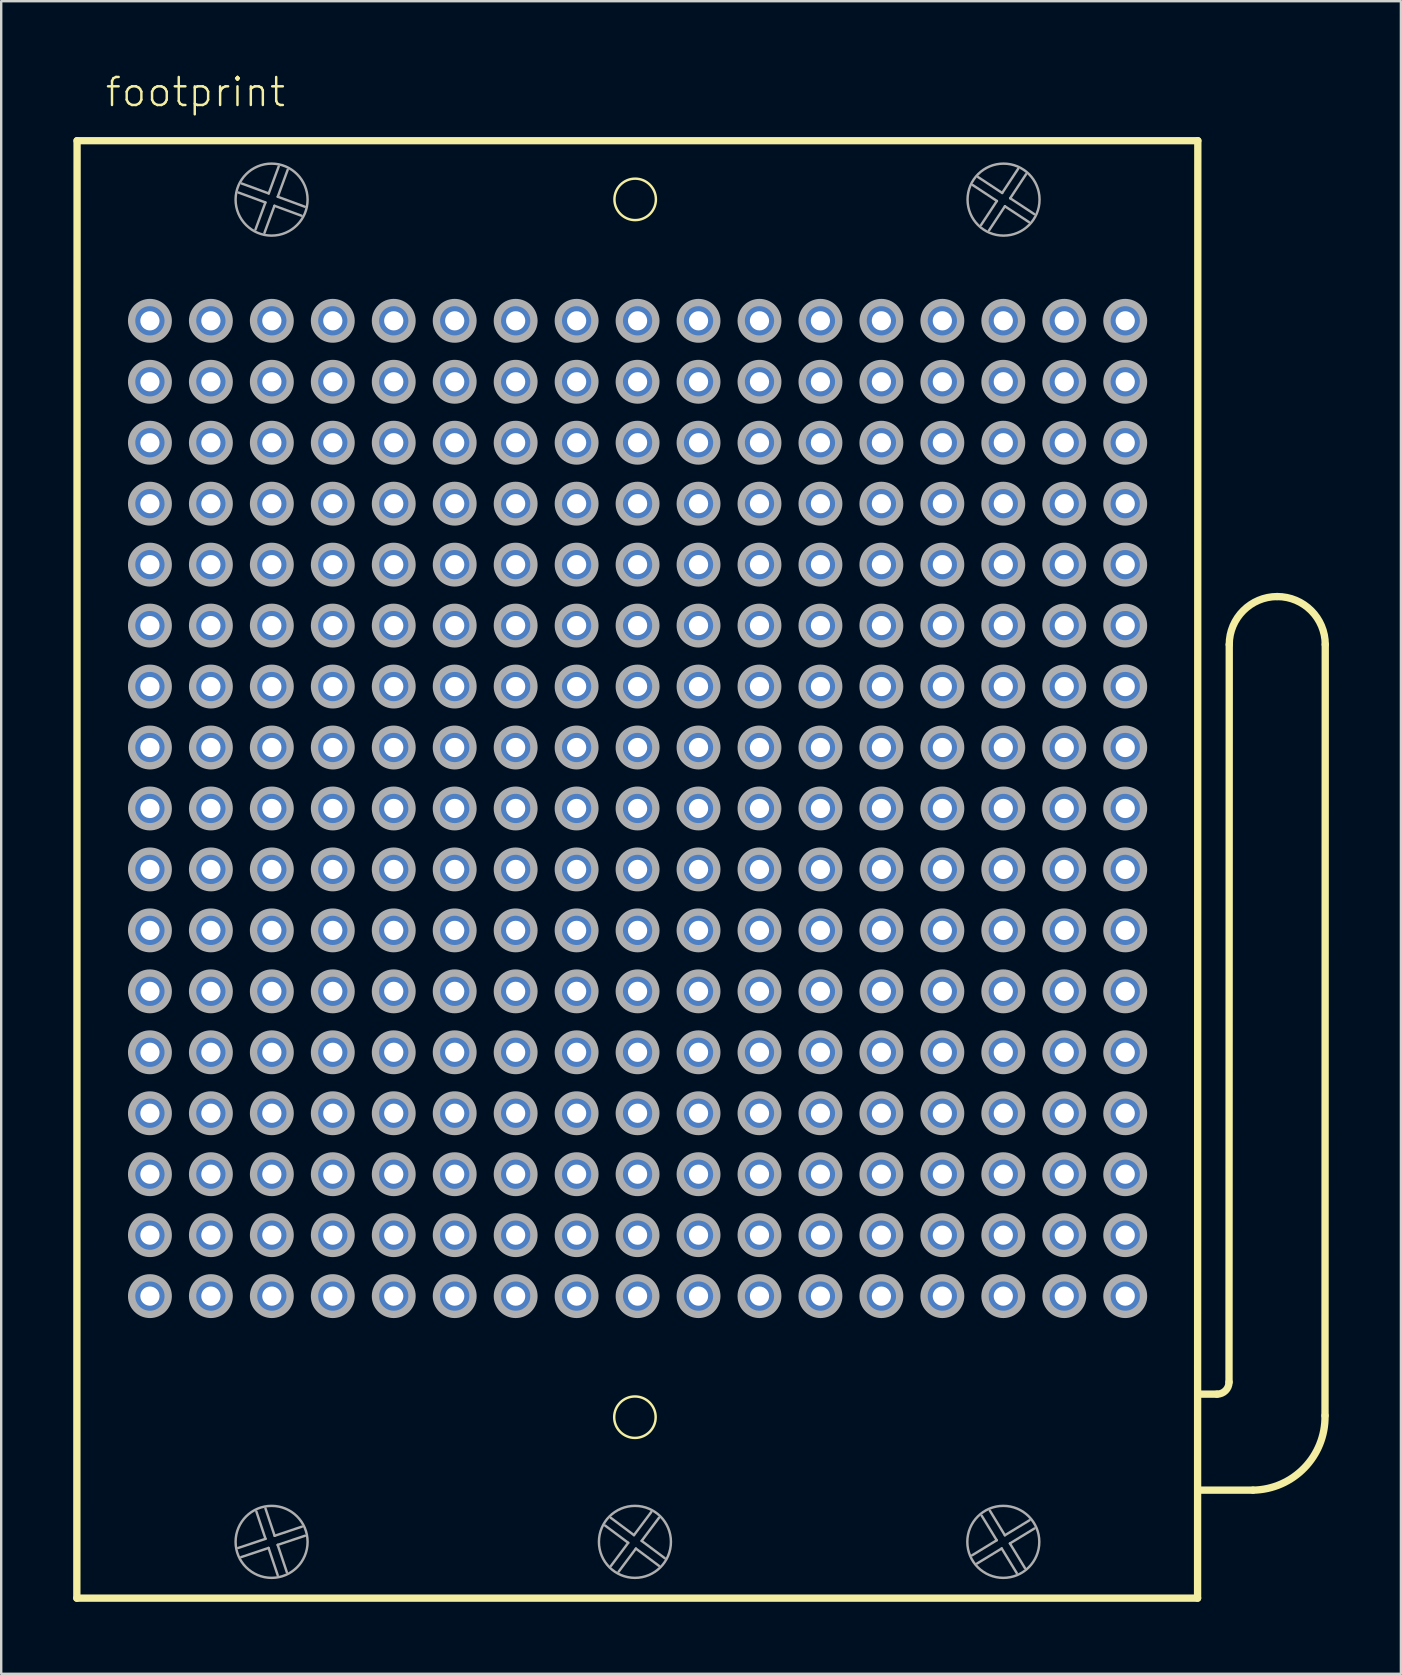
<source format=kicad_pcb>
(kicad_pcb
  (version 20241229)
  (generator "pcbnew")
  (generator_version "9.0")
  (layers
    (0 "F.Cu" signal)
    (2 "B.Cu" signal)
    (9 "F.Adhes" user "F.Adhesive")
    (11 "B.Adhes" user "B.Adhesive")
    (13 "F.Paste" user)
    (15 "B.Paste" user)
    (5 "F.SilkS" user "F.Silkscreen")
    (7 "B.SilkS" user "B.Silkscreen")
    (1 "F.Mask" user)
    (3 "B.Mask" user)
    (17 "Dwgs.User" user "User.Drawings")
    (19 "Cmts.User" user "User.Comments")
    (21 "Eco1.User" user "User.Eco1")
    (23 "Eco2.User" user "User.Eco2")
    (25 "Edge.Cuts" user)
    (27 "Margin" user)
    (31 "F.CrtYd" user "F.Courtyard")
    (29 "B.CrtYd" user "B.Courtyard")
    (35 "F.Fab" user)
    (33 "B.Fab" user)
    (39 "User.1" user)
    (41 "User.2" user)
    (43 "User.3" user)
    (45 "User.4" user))
  (footprint "footprint"
    (layer "F.Cu")
    (at 23.517 30.638)
    (property "Reference" "footprint" (at -22.245 -29.165 0) (layer "F.SilkS") (effects (font (size 1.168 1.168) (thickness 0.102)) (justify left bottom)))
    (fp_line (start -23.365 32.905) (end -23.355 -27.825) (stroke (width 0.305) (type solid)) (layer "F.SilkS"))
    (fp_line (start -23.355 -27.825) (end 23.345 -27.825) (stroke (width 0.305) (type solid)) (layer "F.SilkS"))
    (fp_line (start 23.335 32.905) (end -23.365 32.905) (stroke (width 0.305) (type solid)) (layer "F.SilkS"))
    (fp_line (start 23.345 -27.825) (end 23.335 32.905) (stroke (width 0.305) (type solid)) (layer "F.SilkS"))
    (fp_line (start 24.145 24.405) (end 23.381 24.405) (stroke (width 0.305) (type solid)) (layer "F.SilkS"))
    (fp_line (start 24.645 23.905) (end 24.655 -6.83) (stroke (width 0.305) (type solid)) (layer "F.SilkS"))
    (fp_line (start 25.645 28.405) (end 23.381 28.405) (stroke (width 0.305) (type solid)) (layer "F.SilkS"))
    (fp_line (start 28.655 -6.83) (end 28.645 25.3) (stroke (width 0.305) (type solid)) (layer "F.SilkS"))
    (fp_arc (start 24.645 23.905) (mid 24.498553 24.258553) (end 24.145 24.405) (stroke (width 0.3048) (type solid)) (layer "F.SilkS"))
    (fp_arc (start 24.655 -6.83) (mid 25.240786 -8.244214) (end 26.655 -8.83) (stroke (width 0.3048) (type solid)) (layer "F.SilkS"))
    (fp_arc (start 26.655 -8.83) (mid 28.069214 -8.244214) (end 28.655 -6.83) (stroke (width 0.3048) (type solid)) (layer "F.SilkS"))
    (fp_arc (start 28.645 25.3) (mid 27.788067 27.47382) (end 25.645 28.405) (stroke (width 0.3048) (type solid)) (layer "F.SilkS"))
    (fp_circle (center -0.11 25.365) (end 0.754 25.365) (stroke (width 0.102) (type solid)) (fill no) (layer "F.SilkS"))
    (fp_circle (center -0.1 -25.38) (end 0.764 -25.38) (stroke (width 0.102) (type solid)) (fill no) (layer "F.SilkS"))
    (fp_line (start -16.641 30.814) (end -15.503 30.434) (stroke (width 0.102) (type solid)) (layer "F.Fab"))
    (fp_line (start -16.495 -26.041) (end -15.369 -25.627) (stroke (width 0.102) (type solid)) (layer "F.Fab"))
    (fp_line (start -15.921 -24.125) (end -15.507 -25.251) (stroke (width 0.102) (type solid)) (layer "F.Fab"))
    (fp_line (start -15.507 -25.251) (end -16.633 -25.666) (stroke (width 0.102) (type solid)) (layer "F.Fab"))
    (fp_line (start -15.505 29.169) (end -15.124 30.307) (stroke (width 0.102) (type solid)) (layer "F.Fab"))
    (fp_line (start -15.503 30.434) (end -15.884 29.296) (stroke (width 0.102) (type solid)) (layer "F.Fab"))
    (fp_line (start -15.376 30.813) (end -16.514 31.194) (stroke (width 0.102) (type solid)) (layer "F.Fab"))
    (fp_line (start -15.369 -25.627) (end -14.954 -26.753) (stroke (width 0.102) (type solid)) (layer "F.Fab"))
    (fp_line (start -15.131 -25.113) (end -15.546 -23.987) (stroke (width 0.102) (type solid)) (layer "F.Fab"))
    (fp_line (start -15.124 30.307) (end -13.986 29.926) (stroke (width 0.102) (type solid)) (layer "F.Fab"))
    (fp_line (start -14.997 30.686) (end -14.616 31.824) (stroke (width 0.102) (type solid)) (layer "F.Fab"))
    (fp_line (start -14.995 31.951) (end -15.376 30.813) (stroke (width 0.102) (type solid)) (layer "F.Fab"))
    (fp_line (start -14.993 -25.489) (end -13.867 -25.074) (stroke (width 0.102) (type solid)) (layer "F.Fab"))
    (fp_line (start -14.579 -26.615) (end -14.993 -25.489) (stroke (width 0.102) (type solid)) (layer "F.Fab"))
    (fp_line (start -14.005 -24.699) (end -15.131 -25.113) (stroke (width 0.102) (type solid)) (layer "F.Fab"))
    (fp_line (start -13.859 30.305) (end -14.997 30.686) (stroke (width 0.102) (type solid)) (layer "F.Fab"))
    (fp_line (start -1.111 29.561) (end -0.15 30.28) (stroke (width 0.102) (type solid)) (layer "F.Fab"))
    (fp_line (start -1.109 31.561) (end -0.39 30.6) (stroke (width 0.102) (type solid)) (layer "F.Fab"))
    (fp_line (start -0.39 30.6) (end -1.351 29.881) (stroke (width 0.102) (type solid)) (layer "F.Fab"))
    (fp_line (start -0.15 30.28) (end 0.569 29.319) (stroke (width 0.102) (type solid)) (layer "F.Fab"))
    (fp_line (start -0.07 30.84) (end -0.788 31.801) (stroke (width 0.102) (type solid)) (layer "F.Fab"))
    (fp_line (start 0.17 30.52) (end 1.131 31.238) (stroke (width 0.102) (type solid)) (layer "F.Fab"))
    (fp_line (start 0.889 29.559) (end 0.17 30.52) (stroke (width 0.102) (type solid)) (layer "F.Fab"))
    (fp_line (start 0.891 31.559) (end -0.07 30.84) (stroke (width 0.102) (type solid)) (layer "F.Fab"))
    (fp_line (start 13.941 31.119) (end 14.965 30.493) (stroke (width 0.102) (type solid)) (layer "F.Fab"))
    (fp_line (start 14.191 -26.308) (end 15.193 -25.647) (stroke (width 0.102) (type solid)) (layer "F.Fab"))
    (fp_line (start 14.312 -24.311) (end 14.973 -25.313) (stroke (width 0.102) (type solid)) (layer "F.Fab"))
    (fp_line (start 14.681 29.261) (end 15.306 30.285) (stroke (width 0.102) (type solid)) (layer "F.Fab"))
    (fp_line (start 14.965 30.493) (end 14.34 29.469) (stroke (width 0.102) (type solid)) (layer "F.Fab"))
    (fp_line (start 14.973 -25.313) (end 13.971 -25.974) (stroke (width 0.102) (type solid)) (layer "F.Fab"))
    (fp_line (start 15.173 30.835) (end 14.149 31.46) (stroke (width 0.102) (type solid)) (layer "F.Fab"))
    (fp_line (start 15.193 -25.647) (end 15.854 -26.649) (stroke (width 0.102) (type solid)) (layer "F.Fab"))
    (fp_line (start 15.306 30.285) (end 16.331 29.66) (stroke (width 0.102) (type solid)) (layer "F.Fab"))
    (fp_line (start 15.307 -25.093) (end 14.646 -24.091) (stroke (width 0.102) (type solid)) (layer "F.Fab"))
    (fp_line (start 15.515 30.626) (end 16.14 31.651) (stroke (width 0.102) (type solid)) (layer "F.Fab"))
    (fp_line (start 15.527 -25.427) (end 16.529 -24.766) (stroke (width 0.102) (type solid)) (layer "F.Fab"))
    (fp_line (start 15.799 31.859) (end 15.173 30.835) (stroke (width 0.102) (type solid)) (layer "F.Fab"))
    (fp_line (start 16.188 -26.429) (end 15.527 -25.427) (stroke (width 0.102) (type solid)) (layer "F.Fab"))
    (fp_line (start 16.309 -24.432) (end 15.307 -25.093) (stroke (width 0.102) (type solid)) (layer "F.Fab"))
    (fp_line (start 16.539 30.001) (end 15.515 30.626) (stroke (width 0.102) (type solid)) (layer "F.Fab"))
    (fp_circle (center -20.32 -20.32) (end -19.558 -20.32) (stroke (width 0.305) (type solid)) (fill no) (layer "F.Fab"))
    (fp_circle (center -20.32 -17.78) (end -19.558 -17.78) (stroke (width 0.305) (type solid)) (fill no) (layer "F.Fab"))
    (fp_circle (center -20.32 -15.24) (end -19.558 -15.24) (stroke (width 0.305) (type solid)) (fill no) (layer "F.Fab"))
    (fp_circle (center -20.32 -12.7) (end -19.558 -12.7) (stroke (width 0.305) (type solid)) (fill no) (layer "F.Fab"))
    (fp_circle (center -20.32 -10.16) (end -19.558 -10.16) (stroke (width 0.305) (type solid)) (fill no) (layer "F.Fab"))
    (fp_circle (center -20.32 -7.62) (end -19.558 -7.62) (stroke (width 0.305) (type solid)) (fill no) (layer "F.Fab"))
    (fp_circle (center -20.32 -5.08) (end -19.558 -5.08) (stroke (width 0.305) (type solid)) (fill no) (layer "F.Fab"))
    (fp_circle (center -20.32 -2.54) (end -19.558 -2.54) (stroke (width 0.305) (type solid)) (fill no) (layer "F.Fab"))
    (fp_circle (center -20.32 0) (end -19.558 0) (stroke (width 0.305) (type solid)) (fill no) (layer "F.Fab"))
    (fp_circle (center -20.32 2.54) (end -19.558 2.54) (stroke (width 0.305) (type solid)) (fill no) (layer "F.Fab"))
    (fp_circle (center -20.32 5.08) (end -19.558 5.08) (stroke (width 0.305) (type solid)) (fill no) (layer "F.Fab"))
    (fp_circle (center -20.32 7.62) (end -19.558 7.62) (stroke (width 0.305) (type solid)) (fill no) (layer "F.Fab"))
    (fp_circle (center -20.32 10.16) (end -19.558 10.16) (stroke (width 0.305) (type solid)) (fill no) (layer "F.Fab"))
    (fp_circle (center -20.32 12.7) (end -19.558 12.7) (stroke (width 0.305) (type solid)) (fill no) (layer "F.Fab"))
    (fp_circle (center -20.32 15.24) (end -19.558 15.24) (stroke (width 0.305) (type solid)) (fill no) (layer "F.Fab"))
    (fp_circle (center -20.32 17.78) (end -19.558 17.78) (stroke (width 0.305) (type solid)) (fill no) (layer "F.Fab"))
    (fp_circle (center -20.32 20.32) (end -19.558 20.32) (stroke (width 0.305) (type solid)) (fill no) (layer "F.Fab"))
    (fp_circle (center -17.78 -20.32) (end -17.018 -20.32) (stroke (width 0.305) (type solid)) (fill no) (layer "F.Fab"))
    (fp_circle (center -17.78 -17.78) (end -17.018 -17.78) (stroke (width 0.305) (type solid)) (fill no) (layer "F.Fab"))
    (fp_circle (center -17.78 -15.24) (end -17.018 -15.24) (stroke (width 0.305) (type solid)) (fill no) (layer "F.Fab"))
    (fp_circle (center -17.78 -12.7) (end -17.018 -12.7) (stroke (width 0.305) (type solid)) (fill no) (layer "F.Fab"))
    (fp_circle (center -17.78 -10.16) (end -17.018 -10.16) (stroke (width 0.305) (type solid)) (fill no) (layer "F.Fab"))
    (fp_circle (center -17.78 -7.62) (end -17.018 -7.62) (stroke (width 0.305) (type solid)) (fill no) (layer "F.Fab"))
    (fp_circle (center -17.78 -5.08) (end -17.018 -5.08) (stroke (width 0.305) (type solid)) (fill no) (layer "F.Fab"))
    (fp_circle (center -17.78 -2.54) (end -17.018 -2.54) (stroke (width 0.305) (type solid)) (fill no) (layer "F.Fab"))
    (fp_circle (center -17.78 0) (end -17.018 0) (stroke (width 0.305) (type solid)) (fill no) (layer "F.Fab"))
    (fp_circle (center -17.78 2.54) (end -17.018 2.54) (stroke (width 0.305) (type solid)) (fill no) (layer "F.Fab"))
    (fp_circle (center -17.78 5.08) (end -17.018 5.08) (stroke (width 0.305) (type solid)) (fill no) (layer "F.Fab"))
    (fp_circle (center -17.78 7.62) (end -17.018 7.62) (stroke (width 0.305) (type solid)) (fill no) (layer "F.Fab"))
    (fp_circle (center -17.78 10.16) (end -17.018 10.16) (stroke (width 0.305) (type solid)) (fill no) (layer "F.Fab"))
    (fp_circle (center -17.78 12.7) (end -17.018 12.7) (stroke (width 0.305) (type solid)) (fill no) (layer "F.Fab"))
    (fp_circle (center -17.78 15.24) (end -17.018 15.24) (stroke (width 0.305) (type solid)) (fill no) (layer "F.Fab"))
    (fp_circle (center -17.78 17.78) (end -17.018 17.78) (stroke (width 0.305) (type solid)) (fill no) (layer "F.Fab"))
    (fp_circle (center -17.78 20.32) (end -17.018 20.32) (stroke (width 0.305) (type solid)) (fill no) (layer "F.Fab"))
    (fp_circle (center -15.25 -25.37) (end -13.75 -25.37) (stroke (width 0.102) (type solid)) (fill no) (layer "F.Fab"))
    (fp_circle (center -15.25 30.56) (end -13.75 30.56) (stroke (width 0.102) (type solid)) (fill no) (layer "F.Fab"))
    (fp_circle (center -15.24 -20.32) (end -14.478 -20.32) (stroke (width 0.305) (type solid)) (fill no) (layer "F.Fab"))
    (fp_circle (center -15.24 -17.78) (end -14.478 -17.78) (stroke (width 0.305) (type solid)) (fill no) (layer "F.Fab"))
    (fp_circle (center -15.24 -15.24) (end -14.478 -15.24) (stroke (width 0.305) (type solid)) (fill no) (layer "F.Fab"))
    (fp_circle (center -15.24 -12.7) (end -14.478 -12.7) (stroke (width 0.305) (type solid)) (fill no) (layer "F.Fab"))
    (fp_circle (center -15.24 -10.16) (end -14.478 -10.16) (stroke (width 0.305) (type solid)) (fill no) (layer "F.Fab"))
    (fp_circle (center -15.24 -7.62) (end -14.478 -7.62) (stroke (width 0.305) (type solid)) (fill no) (layer "F.Fab"))
    (fp_circle (center -15.24 -5.08) (end -14.478 -5.08) (stroke (width 0.305) (type solid)) (fill no) (layer "F.Fab"))
    (fp_circle (center -15.24 -2.54) (end -14.478 -2.54) (stroke (width 0.305) (type solid)) (fill no) (layer "F.Fab"))
    (fp_circle (center -15.24 0) (end -14.478 0) (stroke (width 0.305) (type solid)) (fill no) (layer "F.Fab"))
    (fp_circle (center -15.24 2.54) (end -14.478 2.54) (stroke (width 0.305) (type solid)) (fill no) (layer "F.Fab"))
    (fp_circle (center -15.24 5.08) (end -14.478 5.08) (stroke (width 0.305) (type solid)) (fill no) (layer "F.Fab"))
    (fp_circle (center -15.24 7.62) (end -14.478 7.62) (stroke (width 0.305) (type solid)) (fill no) (layer "F.Fab"))
    (fp_circle (center -15.24 10.16) (end -14.478 10.16) (stroke (width 0.305) (type solid)) (fill no) (layer "F.Fab"))
    (fp_circle (center -15.24 12.7) (end -14.478 12.7) (stroke (width 0.305) (type solid)) (fill no) (layer "F.Fab"))
    (fp_circle (center -15.24 15.24) (end -14.478 15.24) (stroke (width 0.305) (type solid)) (fill no) (layer "F.Fab"))
    (fp_circle (center -15.24 17.78) (end -14.478 17.78) (stroke (width 0.305) (type solid)) (fill no) (layer "F.Fab"))
    (fp_circle (center -15.24 20.32) (end -14.478 20.32) (stroke (width 0.305) (type solid)) (fill no) (layer "F.Fab"))
    (fp_circle (center -12.7 -20.32) (end -11.938 -20.32) (stroke (width 0.305) (type solid)) (fill no) (layer "F.Fab"))
    (fp_circle (center -12.7 -17.78) (end -11.938 -17.78) (stroke (width 0.305) (type solid)) (fill no) (layer "F.Fab"))
    (fp_circle (center -12.7 -15.24) (end -11.938 -15.24) (stroke (width 0.305) (type solid)) (fill no) (layer "F.Fab"))
    (fp_circle (center -12.7 -12.7) (end -11.938 -12.7) (stroke (width 0.305) (type solid)) (fill no) (layer "F.Fab"))
    (fp_circle (center -12.7 -10.16) (end -11.938 -10.16) (stroke (width 0.305) (type solid)) (fill no) (layer "F.Fab"))
    (fp_circle (center -12.7 -7.62) (end -11.938 -7.62) (stroke (width 0.305) (type solid)) (fill no) (layer "F.Fab"))
    (fp_circle (center -12.7 -5.08) (end -11.938 -5.08) (stroke (width 0.305) (type solid)) (fill no) (layer "F.Fab"))
    (fp_circle (center -12.7 -2.54) (end -11.938 -2.54) (stroke (width 0.305) (type solid)) (fill no) (layer "F.Fab"))
    (fp_circle (center -12.7 0) (end -11.938 0) (stroke (width 0.305) (type solid)) (fill no) (layer "F.Fab"))
    (fp_circle (center -12.7 2.54) (end -11.938 2.54) (stroke (width 0.305) (type solid)) (fill no) (layer "F.Fab"))
    (fp_circle (center -12.7 5.08) (end -11.938 5.08) (stroke (width 0.305) (type solid)) (fill no) (layer "F.Fab"))
    (fp_circle (center -12.7 7.62) (end -11.938 7.62) (stroke (width 0.305) (type solid)) (fill no) (layer "F.Fab"))
    (fp_circle (center -12.7 10.16) (end -11.938 10.16) (stroke (width 0.305) (type solid)) (fill no) (layer "F.Fab"))
    (fp_circle (center -12.7 12.7) (end -11.938 12.7) (stroke (width 0.305) (type solid)) (fill no) (layer "F.Fab"))
    (fp_circle (center -12.7 15.24) (end -11.938 15.24) (stroke (width 0.305) (type solid)) (fill no) (layer "F.Fab"))
    (fp_circle (center -12.7 17.78) (end -11.938 17.78) (stroke (width 0.305) (type solid)) (fill no) (layer "F.Fab"))
    (fp_circle (center -12.7 20.32) (end -11.938 20.32) (stroke (width 0.305) (type solid)) (fill no) (layer "F.Fab"))
    (fp_circle (center -10.16 -20.32) (end -9.398 -20.32) (stroke (width 0.305) (type solid)) (fill no) (layer "F.Fab"))
    (fp_circle (center -10.16 -17.78) (end -9.398 -17.78) (stroke (width 0.305) (type solid)) (fill no) (layer "F.Fab"))
    (fp_circle (center -10.16 -15.24) (end -9.398 -15.24) (stroke (width 0.305) (type solid)) (fill no) (layer "F.Fab"))
    (fp_circle (center -10.16 -12.7) (end -9.398 -12.7) (stroke (width 0.305) (type solid)) (fill no) (layer "F.Fab"))
    (fp_circle (center -10.16 -10.16) (end -9.398 -10.16) (stroke (width 0.305) (type solid)) (fill no) (layer "F.Fab"))
    (fp_circle (center -10.16 -7.62) (end -9.398 -7.62) (stroke (width 0.305) (type solid)) (fill no) (layer "F.Fab"))
    (fp_circle (center -10.16 -5.08) (end -9.398 -5.08) (stroke (width 0.305) (type solid)) (fill no) (layer "F.Fab"))
    (fp_circle (center -10.16 -2.54) (end -9.398 -2.54) (stroke (width 0.305) (type solid)) (fill no) (layer "F.Fab"))
    (fp_circle (center -10.16 0) (end -9.398 0) (stroke (width 0.305) (type solid)) (fill no) (layer "F.Fab"))
    (fp_circle (center -10.16 2.54) (end -9.398 2.54) (stroke (width 0.305) (type solid)) (fill no) (layer "F.Fab"))
    (fp_circle (center -10.16 5.08) (end -9.398 5.08) (stroke (width 0.305) (type solid)) (fill no) (layer "F.Fab"))
    (fp_circle (center -10.16 7.62) (end -9.398 7.62) (stroke (width 0.305) (type solid)) (fill no) (layer "F.Fab"))
    (fp_circle (center -10.16 10.16) (end -9.398 10.16) (stroke (width 0.305) (type solid)) (fill no) (layer "F.Fab"))
    (fp_circle (center -10.16 12.7) (end -9.398 12.7) (stroke (width 0.305) (type solid)) (fill no) (layer "F.Fab"))
    (fp_circle (center -10.16 15.24) (end -9.398 15.24) (stroke (width 0.305) (type solid)) (fill no) (layer "F.Fab"))
    (fp_circle (center -10.16 17.78) (end -9.398 17.78) (stroke (width 0.305) (type solid)) (fill no) (layer "F.Fab"))
    (fp_circle (center -10.16 20.32) (end -9.398 20.32) (stroke (width 0.305) (type solid)) (fill no) (layer "F.Fab"))
    (fp_circle (center -7.62 -20.32) (end -6.858 -20.32) (stroke (width 0.305) (type solid)) (fill no) (layer "F.Fab"))
    (fp_circle (center -7.62 -17.78) (end -6.858 -17.78) (stroke (width 0.305) (type solid)) (fill no) (layer "F.Fab"))
    (fp_circle (center -7.62 -15.24) (end -6.858 -15.24) (stroke (width 0.305) (type solid)) (fill no) (layer "F.Fab"))
    (fp_circle (center -7.62 -12.7) (end -6.858 -12.7) (stroke (width 0.305) (type solid)) (fill no) (layer "F.Fab"))
    (fp_circle (center -7.62 -10.16) (end -6.858 -10.16) (stroke (width 0.305) (type solid)) (fill no) (layer "F.Fab"))
    (fp_circle (center -7.62 -7.62) (end -6.858 -7.62) (stroke (width 0.305) (type solid)) (fill no) (layer "F.Fab"))
    (fp_circle (center -7.62 -5.08) (end -6.858 -5.08) (stroke (width 0.305) (type solid)) (fill no) (layer "F.Fab"))
    (fp_circle (center -7.62 -2.54) (end -6.858 -2.54) (stroke (width 0.305) (type solid)) (fill no) (layer "F.Fab"))
    (fp_circle (center -7.62 0) (end -6.858 0) (stroke (width 0.305) (type solid)) (fill no) (layer "F.Fab"))
    (fp_circle (center -7.62 2.54) (end -6.858 2.54) (stroke (width 0.305) (type solid)) (fill no) (layer "F.Fab"))
    (fp_circle (center -7.62 5.08) (end -6.858 5.08) (stroke (width 0.305) (type solid)) (fill no) (layer "F.Fab"))
    (fp_circle (center -7.62 7.62) (end -6.858 7.62) (stroke (width 0.305) (type solid)) (fill no) (layer "F.Fab"))
    (fp_circle (center -7.62 10.16) (end -6.858 10.16) (stroke (width 0.305) (type solid)) (fill no) (layer "F.Fab"))
    (fp_circle (center -7.62 12.7) (end -6.858 12.7) (stroke (width 0.305) (type solid)) (fill no) (layer "F.Fab"))
    (fp_circle (center -7.62 15.24) (end -6.858 15.24) (stroke (width 0.305) (type solid)) (fill no) (layer "F.Fab"))
    (fp_circle (center -7.62 17.78) (end -6.858 17.78) (stroke (width 0.305) (type solid)) (fill no) (layer "F.Fab"))
    (fp_circle (center -7.62 20.32) (end -6.858 20.32) (stroke (width 0.305) (type solid)) (fill no) (layer "F.Fab"))
    (fp_circle (center -5.08 -20.32) (end -4.318 -20.32) (stroke (width 0.305) (type solid)) (fill no) (layer "F.Fab"))
    (fp_circle (center -5.08 -17.78) (end -4.318 -17.78) (stroke (width 0.305) (type solid)) (fill no) (layer "F.Fab"))
    (fp_circle (center -5.08 -15.24) (end -4.318 -15.24) (stroke (width 0.305) (type solid)) (fill no) (layer "F.Fab"))
    (fp_circle (center -5.08 -12.7) (end -4.318 -12.7) (stroke (width 0.305) (type solid)) (fill no) (layer "F.Fab"))
    (fp_circle (center -5.08 -10.16) (end -4.318 -10.16) (stroke (width 0.305) (type solid)) (fill no) (layer "F.Fab"))
    (fp_circle (center -5.08 -7.62) (end -4.318 -7.62) (stroke (width 0.305) (type solid)) (fill no) (layer "F.Fab"))
    (fp_circle (center -5.08 -5.08) (end -4.318 -5.08) (stroke (width 0.305) (type solid)) (fill no) (layer "F.Fab"))
    (fp_circle (center -5.08 -2.54) (end -4.318 -2.54) (stroke (width 0.305) (type solid)) (fill no) (layer "F.Fab"))
    (fp_circle (center -5.08 0) (end -4.318 0) (stroke (width 0.305) (type solid)) (fill no) (layer "F.Fab"))
    (fp_circle (center -5.08 2.54) (end -4.318 2.54) (stroke (width 0.305) (type solid)) (fill no) (layer "F.Fab"))
    (fp_circle (center -5.08 5.08) (end -4.318 5.08) (stroke (width 0.305) (type solid)) (fill no) (layer "F.Fab"))
    (fp_circle (center -5.08 7.62) (end -4.318 7.62) (stroke (width 0.305) (type solid)) (fill no) (layer "F.Fab"))
    (fp_circle (center -5.08 10.16) (end -4.318 10.16) (stroke (width 0.305) (type solid)) (fill no) (layer "F.Fab"))
    (fp_circle (center -5.08 12.7) (end -4.318 12.7) (stroke (width 0.305) (type solid)) (fill no) (layer "F.Fab"))
    (fp_circle (center -5.08 15.24) (end -4.318 15.24) (stroke (width 0.305) (type solid)) (fill no) (layer "F.Fab"))
    (fp_circle (center -5.08 17.78) (end -4.318 17.78) (stroke (width 0.305) (type solid)) (fill no) (layer "F.Fab"))
    (fp_circle (center -5.08 20.32) (end -4.318 20.32) (stroke (width 0.305) (type solid)) (fill no) (layer "F.Fab"))
    (fp_circle (center -2.54 -20.32) (end -1.778 -20.32) (stroke (width 0.305) (type solid)) (fill no) (layer "F.Fab"))
    (fp_circle (center -2.54 -17.78) (end -1.778 -17.78) (stroke (width 0.305) (type solid)) (fill no) (layer "F.Fab"))
    (fp_circle (center -2.54 -15.24) (end -1.778 -15.24) (stroke (width 0.305) (type solid)) (fill no) (layer "F.Fab"))
    (fp_circle (center -2.54 -12.7) (end -1.778 -12.7) (stroke (width 0.305) (type solid)) (fill no) (layer "F.Fab"))
    (fp_circle (center -2.54 -10.16) (end -1.778 -10.16) (stroke (width 0.305) (type solid)) (fill no) (layer "F.Fab"))
    (fp_circle (center -2.54 -7.62) (end -1.778 -7.62) (stroke (width 0.305) (type solid)) (fill no) (layer "F.Fab"))
    (fp_circle (center -2.54 -5.08) (end -1.778 -5.08) (stroke (width 0.305) (type solid)) (fill no) (layer "F.Fab"))
    (fp_circle (center -2.54 -2.54) (end -1.778 -2.54) (stroke (width 0.305) (type solid)) (fill no) (layer "F.Fab"))
    (fp_circle (center -2.54 0) (end -1.778 0) (stroke (width 0.305) (type solid)) (fill no) (layer "F.Fab"))
    (fp_circle (center -2.54 2.54) (end -1.778 2.54) (stroke (width 0.305) (type solid)) (fill no) (layer "F.Fab"))
    (fp_circle (center -2.54 5.08) (end -1.778 5.08) (stroke (width 0.305) (type solid)) (fill no) (layer "F.Fab"))
    (fp_circle (center -2.54 7.62) (end -1.778 7.62) (stroke (width 0.305) (type solid)) (fill no) (layer "F.Fab"))
    (fp_circle (center -2.54 10.16) (end -1.778 10.16) (stroke (width 0.305) (type solid)) (fill no) (layer "F.Fab"))
    (fp_circle (center -2.54 12.7) (end -1.778 12.7) (stroke (width 0.305) (type solid)) (fill no) (layer "F.Fab"))
    (fp_circle (center -2.54 15.24) (end -1.778 15.24) (stroke (width 0.305) (type solid)) (fill no) (layer "F.Fab"))
    (fp_circle (center -2.54 17.78) (end -1.778 17.78) (stroke (width 0.305) (type solid)) (fill no) (layer "F.Fab"))
    (fp_circle (center -2.54 20.32) (end -1.778 20.32) (stroke (width 0.305) (type solid)) (fill no) (layer "F.Fab"))
    (fp_circle (center -0.11 30.56) (end 1.39 30.56) (stroke (width 0.102) (type solid)) (fill no) (layer "F.Fab"))
    (fp_circle (center 0 -20.32) (end 0.762 -20.32) (stroke (width 0.305) (type solid)) (fill no) (layer "F.Fab"))
    (fp_circle (center 0 -17.78) (end 0.762 -17.78) (stroke (width 0.305) (type solid)) (fill no) (layer "F.Fab"))
    (fp_circle (center 0 -15.24) (end 0.762 -15.24) (stroke (width 0.305) (type solid)) (fill no) (layer "F.Fab"))
    (fp_circle (center 0 -12.7) (end 0.762 -12.7) (stroke (width 0.305) (type solid)) (fill no) (layer "F.Fab"))
    (fp_circle (center 0 -10.16) (end 0.762 -10.16) (stroke (width 0.305) (type solid)) (fill no) (layer "F.Fab"))
    (fp_circle (center 0 -7.62) (end 0.762 -7.62) (stroke (width 0.305) (type solid)) (fill no) (layer "F.Fab"))
    (fp_circle (center 0 -5.08) (end 0.762 -5.08) (stroke (width 0.305) (type solid)) (fill no) (layer "F.Fab"))
    (fp_circle (center 0 -2.54) (end 0.762 -2.54) (stroke (width 0.305) (type solid)) (fill no) (layer "F.Fab"))
    (fp_circle (center 0 0) (end 0.762 0) (stroke (width 0.305) (type solid)) (fill no) (layer "F.Fab"))
    (fp_circle (center 0 2.54) (end 0.762 2.54) (stroke (width 0.305) (type solid)) (fill no) (layer "F.Fab"))
    (fp_circle (center 0 5.08) (end 0.762 5.08) (stroke (width 0.305) (type solid)) (fill no) (layer "F.Fab"))
    (fp_circle (center 0 7.62) (end 0.762 7.62) (stroke (width 0.305) (type solid)) (fill no) (layer "F.Fab"))
    (fp_circle (center 0 10.16) (end 0.762 10.16) (stroke (width 0.305) (type solid)) (fill no) (layer "F.Fab"))
    (fp_circle (center 0 12.7) (end 0.762 12.7) (stroke (width 0.305) (type solid)) (fill no) (layer "F.Fab"))
    (fp_circle (center 0 15.24) (end 0.762 15.24) (stroke (width 0.305) (type solid)) (fill no) (layer "F.Fab"))
    (fp_circle (center 0 17.78) (end 0.762 17.78) (stroke (width 0.305) (type solid)) (fill no) (layer "F.Fab"))
    (fp_circle (center 0 20.32) (end 0.762 20.32) (stroke (width 0.305) (type solid)) (fill no) (layer "F.Fab"))
    (fp_circle (center 2.54 -20.32) (end 3.302 -20.32) (stroke (width 0.305) (type solid)) (fill no) (layer "F.Fab"))
    (fp_circle (center 2.54 -17.78) (end 3.302 -17.78) (stroke (width 0.305) (type solid)) (fill no) (layer "F.Fab"))
    (fp_circle (center 2.54 -15.24) (end 3.302 -15.24) (stroke (width 0.305) (type solid)) (fill no) (layer "F.Fab"))
    (fp_circle (center 2.54 -12.7) (end 3.302 -12.7) (stroke (width 0.305) (type solid)) (fill no) (layer "F.Fab"))
    (fp_circle (center 2.54 -10.16) (end 3.302 -10.16) (stroke (width 0.305) (type solid)) (fill no) (layer "F.Fab"))
    (fp_circle (center 2.54 -7.62) (end 3.302 -7.62) (stroke (width 0.305) (type solid)) (fill no) (layer "F.Fab"))
    (fp_circle (center 2.54 -5.08) (end 3.302 -5.08) (stroke (width 0.305) (type solid)) (fill no) (layer "F.Fab"))
    (fp_circle (center 2.54 -2.54) (end 3.302 -2.54) (stroke (width 0.305) (type solid)) (fill no) (layer "F.Fab"))
    (fp_circle (center 2.54 0) (end 3.302 0) (stroke (width 0.305) (type solid)) (fill no) (layer "F.Fab"))
    (fp_circle (center 2.54 2.54) (end 3.302 2.54) (stroke (width 0.305) (type solid)) (fill no) (layer "F.Fab"))
    (fp_circle (center 2.54 5.08) (end 3.302 5.08) (stroke (width 0.305) (type solid)) (fill no) (layer "F.Fab"))
    (fp_circle (center 2.54 7.62) (end 3.302 7.62) (stroke (width 0.305) (type solid)) (fill no) (layer "F.Fab"))
    (fp_circle (center 2.54 10.16) (end 3.302 10.16) (stroke (width 0.305) (type solid)) (fill no) (layer "F.Fab"))
    (fp_circle (center 2.54 12.7) (end 3.302 12.7) (stroke (width 0.305) (type solid)) (fill no) (layer "F.Fab"))
    (fp_circle (center 2.54 15.24) (end 3.302 15.24) (stroke (width 0.305) (type solid)) (fill no) (layer "F.Fab"))
    (fp_circle (center 2.54 17.78) (end 3.302 17.78) (stroke (width 0.305) (type solid)) (fill no) (layer "F.Fab"))
    (fp_circle (center 2.54 20.32) (end 3.302 20.32) (stroke (width 0.305) (type solid)) (fill no) (layer "F.Fab"))
    (fp_circle (center 5.08 -20.32) (end 5.842 -20.32) (stroke (width 0.305) (type solid)) (fill no) (layer "F.Fab"))
    (fp_circle (center 5.08 -17.78) (end 5.842 -17.78) (stroke (width 0.305) (type solid)) (fill no) (layer "F.Fab"))
    (fp_circle (center 5.08 -15.24) (end 5.842 -15.24) (stroke (width 0.305) (type solid)) (fill no) (layer "F.Fab"))
    (fp_circle (center 5.08 -12.7) (end 5.842 -12.7) (stroke (width 0.305) (type solid)) (fill no) (layer "F.Fab"))
    (fp_circle (center 5.08 -10.16) (end 5.842 -10.16) (stroke (width 0.305) (type solid)) (fill no) (layer "F.Fab"))
    (fp_circle (center 5.08 -7.62) (end 5.842 -7.62) (stroke (width 0.305) (type solid)) (fill no) (layer "F.Fab"))
    (fp_circle (center 5.08 -5.08) (end 5.842 -5.08) (stroke (width 0.305) (type solid)) (fill no) (layer "F.Fab"))
    (fp_circle (center 5.08 -2.54) (end 5.842 -2.54) (stroke (width 0.305) (type solid)) (fill no) (layer "F.Fab"))
    (fp_circle (center 5.08 0) (end 5.842 0) (stroke (width 0.305) (type solid)) (fill no) (layer "F.Fab"))
    (fp_circle (center 5.08 2.54) (end 5.842 2.54) (stroke (width 0.305) (type solid)) (fill no) (layer "F.Fab"))
    (fp_circle (center 5.08 5.08) (end 5.842 5.08) (stroke (width 0.305) (type solid)) (fill no) (layer "F.Fab"))
    (fp_circle (center 5.08 7.62) (end 5.842 7.62) (stroke (width 0.305) (type solid)) (fill no) (layer "F.Fab"))
    (fp_circle (center 5.08 10.16) (end 5.842 10.16) (stroke (width 0.305) (type solid)) (fill no) (layer "F.Fab"))
    (fp_circle (center 5.08 12.7) (end 5.842 12.7) (stroke (width 0.305) (type solid)) (fill no) (layer "F.Fab"))
    (fp_circle (center 5.08 15.24) (end 5.842 15.24) (stroke (width 0.305) (type solid)) (fill no) (layer "F.Fab"))
    (fp_circle (center 5.08 17.78) (end 5.842 17.78) (stroke (width 0.305) (type solid)) (fill no) (layer "F.Fab"))
    (fp_circle (center 5.08 20.32) (end 5.842 20.32) (stroke (width 0.305) (type solid)) (fill no) (layer "F.Fab"))
    (fp_circle (center 7.62 -20.32) (end 8.382 -20.32) (stroke (width 0.305) (type solid)) (fill no) (layer "F.Fab"))
    (fp_circle (center 7.62 -17.78) (end 8.382 -17.78) (stroke (width 0.305) (type solid)) (fill no) (layer "F.Fab"))
    (fp_circle (center 7.62 -15.24) (end 8.382 -15.24) (stroke (width 0.305) (type solid)) (fill no) (layer "F.Fab"))
    (fp_circle (center 7.62 -12.7) (end 8.382 -12.7) (stroke (width 0.305) (type solid)) (fill no) (layer "F.Fab"))
    (fp_circle (center 7.62 -10.16) (end 8.382 -10.16) (stroke (width 0.305) (type solid)) (fill no) (layer "F.Fab"))
    (fp_circle (center 7.62 -7.62) (end 8.382 -7.62) (stroke (width 0.305) (type solid)) (fill no) (layer "F.Fab"))
    (fp_circle (center 7.62 -5.08) (end 8.382 -5.08) (stroke (width 0.305) (type solid)) (fill no) (layer "F.Fab"))
    (fp_circle (center 7.62 -2.54) (end 8.382 -2.54) (stroke (width 0.305) (type solid)) (fill no) (layer "F.Fab"))
    (fp_circle (center 7.62 0) (end 8.382 0) (stroke (width 0.305) (type solid)) (fill no) (layer "F.Fab"))
    (fp_circle (center 7.62 2.54) (end 8.382 2.54) (stroke (width 0.305) (type solid)) (fill no) (layer "F.Fab"))
    (fp_circle (center 7.62 5.08) (end 8.382 5.08) (stroke (width 0.305) (type solid)) (fill no) (layer "F.Fab"))
    (fp_circle (center 7.62 7.62) (end 8.382 7.62) (stroke (width 0.305) (type solid)) (fill no) (layer "F.Fab"))
    (fp_circle (center 7.62 10.16) (end 8.382 10.16) (stroke (width 0.305) (type solid)) (fill no) (layer "F.Fab"))
    (fp_circle (center 7.62 12.7) (end 8.382 12.7) (stroke (width 0.305) (type solid)) (fill no) (layer "F.Fab"))
    (fp_circle (center 7.62 15.24) (end 8.382 15.24) (stroke (width 0.305) (type solid)) (fill no) (layer "F.Fab"))
    (fp_circle (center 7.62 17.78) (end 8.382 17.78) (stroke (width 0.305) (type solid)) (fill no) (layer "F.Fab"))
    (fp_circle (center 7.62 20.32) (end 8.382 20.32) (stroke (width 0.305) (type solid)) (fill no) (layer "F.Fab"))
    (fp_circle (center 10.16 -20.32) (end 10.922 -20.32) (stroke (width 0.305) (type solid)) (fill no) (layer "F.Fab"))
    (fp_circle (center 10.16 -17.78) (end 10.922 -17.78) (stroke (width 0.305) (type solid)) (fill no) (layer "F.Fab"))
    (fp_circle (center 10.16 -15.24) (end 10.922 -15.24) (stroke (width 0.305) (type solid)) (fill no) (layer "F.Fab"))
    (fp_circle (center 10.16 -12.7) (end 10.922 -12.7) (stroke (width 0.305) (type solid)) (fill no) (layer "F.Fab"))
    (fp_circle (center 10.16 -10.16) (end 10.922 -10.16) (stroke (width 0.305) (type solid)) (fill no) (layer "F.Fab"))
    (fp_circle (center 10.16 -7.62) (end 10.922 -7.62) (stroke (width 0.305) (type solid)) (fill no) (layer "F.Fab"))
    (fp_circle (center 10.16 -5.08) (end 10.922 -5.08) (stroke (width 0.305) (type solid)) (fill no) (layer "F.Fab"))
    (fp_circle (center 10.16 -2.54) (end 10.922 -2.54) (stroke (width 0.305) (type solid)) (fill no) (layer "F.Fab"))
    (fp_circle (center 10.16 0) (end 10.922 0) (stroke (width 0.305) (type solid)) (fill no) (layer "F.Fab"))
    (fp_circle (center 10.16 2.54) (end 10.922 2.54) (stroke (width 0.305) (type solid)) (fill no) (layer "F.Fab"))
    (fp_circle (center 10.16 5.08) (end 10.922 5.08) (stroke (width 0.305) (type solid)) (fill no) (layer "F.Fab"))
    (fp_circle (center 10.16 7.62) (end 10.922 7.62) (stroke (width 0.305) (type solid)) (fill no) (layer "F.Fab"))
    (fp_circle (center 10.16 10.16) (end 10.922 10.16) (stroke (width 0.305) (type solid)) (fill no) (layer "F.Fab"))
    (fp_circle (center 10.16 12.7) (end 10.922 12.7) (stroke (width 0.305) (type solid)) (fill no) (layer "F.Fab"))
    (fp_circle (center 10.16 15.24) (end 10.922 15.24) (stroke (width 0.305) (type solid)) (fill no) (layer "F.Fab"))
    (fp_circle (center 10.16 17.78) (end 10.922 17.78) (stroke (width 0.305) (type solid)) (fill no) (layer "F.Fab"))
    (fp_circle (center 10.16 20.32) (end 10.922 20.32) (stroke (width 0.305) (type solid)) (fill no) (layer "F.Fab"))
    (fp_circle (center 12.7 -20.32) (end 13.462 -20.32) (stroke (width 0.305) (type solid)) (fill no) (layer "F.Fab"))
    (fp_circle (center 12.7 -17.78) (end 13.462 -17.78) (stroke (width 0.305) (type solid)) (fill no) (layer "F.Fab"))
    (fp_circle (center 12.7 -15.24) (end 13.462 -15.24) (stroke (width 0.305) (type solid)) (fill no) (layer "F.Fab"))
    (fp_circle (center 12.7 -12.7) (end 13.462 -12.7) (stroke (width 0.305) (type solid)) (fill no) (layer "F.Fab"))
    (fp_circle (center 12.7 -10.16) (end 13.462 -10.16) (stroke (width 0.305) (type solid)) (fill no) (layer "F.Fab"))
    (fp_circle (center 12.7 -7.62) (end 13.462 -7.62) (stroke (width 0.305) (type solid)) (fill no) (layer "F.Fab"))
    (fp_circle (center 12.7 -5.08) (end 13.462 -5.08) (stroke (width 0.305) (type solid)) (fill no) (layer "F.Fab"))
    (fp_circle (center 12.7 -2.54) (end 13.462 -2.54) (stroke (width 0.305) (type solid)) (fill no) (layer "F.Fab"))
    (fp_circle (center 12.7 0) (end 13.462 0) (stroke (width 0.305) (type solid)) (fill no) (layer "F.Fab"))
    (fp_circle (center 12.7 2.54) (end 13.462 2.54) (stroke (width 0.305) (type solid)) (fill no) (layer "F.Fab"))
    (fp_circle (center 12.7 5.08) (end 13.462 5.08) (stroke (width 0.305) (type solid)) (fill no) (layer "F.Fab"))
    (fp_circle (center 12.7 7.62) (end 13.462 7.62) (stroke (width 0.305) (type solid)) (fill no) (layer "F.Fab"))
    (fp_circle (center 12.7 10.16) (end 13.462 10.16) (stroke (width 0.305) (type solid)) (fill no) (layer "F.Fab"))
    (fp_circle (center 12.7 12.7) (end 13.462 12.7) (stroke (width 0.305) (type solid)) (fill no) (layer "F.Fab"))
    (fp_circle (center 12.7 15.24) (end 13.462 15.24) (stroke (width 0.305) (type solid)) (fill no) (layer "F.Fab"))
    (fp_circle (center 12.7 17.78) (end 13.462 17.78) (stroke (width 0.305) (type solid)) (fill no) (layer "F.Fab"))
    (fp_circle (center 12.7 20.32) (end 13.462 20.32) (stroke (width 0.305) (type solid)) (fill no) (layer "F.Fab"))
    (fp_circle (center 15.24 -20.32) (end 16.002 -20.32) (stroke (width 0.305) (type solid)) (fill no) (layer "F.Fab"))
    (fp_circle (center 15.24 -17.78) (end 16.002 -17.78) (stroke (width 0.305) (type solid)) (fill no) (layer "F.Fab"))
    (fp_circle (center 15.24 -15.24) (end 16.002 -15.24) (stroke (width 0.305) (type solid)) (fill no) (layer "F.Fab"))
    (fp_circle (center 15.24 -12.7) (end 16.002 -12.7) (stroke (width 0.305) (type solid)) (fill no) (layer "F.Fab"))
    (fp_circle (center 15.24 -10.16) (end 16.002 -10.16) (stroke (width 0.305) (type solid)) (fill no) (layer "F.Fab"))
    (fp_circle (center 15.24 -7.62) (end 16.002 -7.62) (stroke (width 0.305) (type solid)) (fill no) (layer "F.Fab"))
    (fp_circle (center 15.24 -5.08) (end 16.002 -5.08) (stroke (width 0.305) (type solid)) (fill no) (layer "F.Fab"))
    (fp_circle (center 15.24 -2.54) (end 16.002 -2.54) (stroke (width 0.305) (type solid)) (fill no) (layer "F.Fab"))
    (fp_circle (center 15.24 0) (end 16.002 0) (stroke (width 0.305) (type solid)) (fill no) (layer "F.Fab"))
    (fp_circle (center 15.24 2.54) (end 16.002 2.54) (stroke (width 0.305) (type solid)) (fill no) (layer "F.Fab"))
    (fp_circle (center 15.24 5.08) (end 16.002 5.08) (stroke (width 0.305) (type solid)) (fill no) (layer "F.Fab"))
    (fp_circle (center 15.24 7.62) (end 16.002 7.62) (stroke (width 0.305) (type solid)) (fill no) (layer "F.Fab"))
    (fp_circle (center 15.24 10.16) (end 16.002 10.16) (stroke (width 0.305) (type solid)) (fill no) (layer "F.Fab"))
    (fp_circle (center 15.24 12.7) (end 16.002 12.7) (stroke (width 0.305) (type solid)) (fill no) (layer "F.Fab"))
    (fp_circle (center 15.24 15.24) (end 16.002 15.24) (stroke (width 0.305) (type solid)) (fill no) (layer "F.Fab"))
    (fp_circle (center 15.24 17.78) (end 16.002 17.78) (stroke (width 0.305) (type solid)) (fill no) (layer "F.Fab"))
    (fp_circle (center 15.24 20.32) (end 16.002 20.32) (stroke (width 0.305) (type solid)) (fill no) (layer "F.Fab"))
    (fp_circle (center 15.24 30.56) (end 16.74 30.56) (stroke (width 0.102) (type solid)) (fill no) (layer "F.Fab"))
    (fp_circle (center 15.25 -25.37) (end 16.75 -25.37) (stroke (width 0.102) (type solid)) (fill no) (layer "F.Fab"))
    (fp_circle (center 17.78 -20.32) (end 18.542 -20.32) (stroke (width 0.305) (type solid)) (fill no) (layer "F.Fab"))
    (fp_circle (center 17.78 -17.78) (end 18.542 -17.78) (stroke (width 0.305) (type solid)) (fill no) (layer "F.Fab"))
    (fp_circle (center 17.78 -15.24) (end 18.542 -15.24) (stroke (width 0.305) (type solid)) (fill no) (layer "F.Fab"))
    (fp_circle (center 17.78 -12.7) (end 18.542 -12.7) (stroke (width 0.305) (type solid)) (fill no) (layer "F.Fab"))
    (fp_circle (center 17.78 -10.16) (end 18.542 -10.16) (stroke (width 0.305) (type solid)) (fill no) (layer "F.Fab"))
    (fp_circle (center 17.78 -7.62) (end 18.542 -7.62) (stroke (width 0.305) (type solid)) (fill no) (layer "F.Fab"))
    (fp_circle (center 17.78 -5.08) (end 18.542 -5.08) (stroke (width 0.305) (type solid)) (fill no) (layer "F.Fab"))
    (fp_circle (center 17.78 -2.54) (end 18.542 -2.54) (stroke (width 0.305) (type solid)) (fill no) (layer "F.Fab"))
    (fp_circle (center 17.78 0) (end 18.542 0) (stroke (width 0.305) (type solid)) (fill no) (layer "F.Fab"))
    (fp_circle (center 17.78 2.54) (end 18.542 2.54) (stroke (width 0.305) (type solid)) (fill no) (layer "F.Fab"))
    (fp_circle (center 17.78 5.08) (end 18.542 5.08) (stroke (width 0.305) (type solid)) (fill no) (layer "F.Fab"))
    (fp_circle (center 17.78 7.62) (end 18.542 7.62) (stroke (width 0.305) (type solid)) (fill no) (layer "F.Fab"))
    (fp_circle (center 17.78 10.16) (end 18.542 10.16) (stroke (width 0.305) (type solid)) (fill no) (layer "F.Fab"))
    (fp_circle (center 17.78 12.7) (end 18.542 12.7) (stroke (width 0.305) (type solid)) (fill no) (layer "F.Fab"))
    (fp_circle (center 17.78 15.24) (end 18.542 15.24) (stroke (width 0.305) (type solid)) (fill no) (layer "F.Fab"))
    (fp_circle (center 17.78 17.78) (end 18.542 17.78) (stroke (width 0.305) (type solid)) (fill no) (layer "F.Fab"))
    (fp_circle (center 17.78 20.32) (end 18.542 20.32) (stroke (width 0.305) (type solid)) (fill no) (layer "F.Fab"))
    (fp_circle (center 20.32 -20.32) (end 21.082 -20.32) (stroke (width 0.305) (type solid)) (fill no) (layer "F.Fab"))
    (fp_circle (center 20.32 -17.78) (end 21.082 -17.78) (stroke (width 0.305) (type solid)) (fill no) (layer "F.Fab"))
    (fp_circle (center 20.32 -15.24) (end 21.082 -15.24) (stroke (width 0.305) (type solid)) (fill no) (layer "F.Fab"))
    (fp_circle (center 20.32 -12.7) (end 21.082 -12.7) (stroke (width 0.305) (type solid)) (fill no) (layer "F.Fab"))
    (fp_circle (center 20.32 -10.16) (end 21.082 -10.16) (stroke (width 0.305) (type solid)) (fill no) (layer "F.Fab"))
    (fp_circle (center 20.32 -7.62) (end 21.082 -7.62) (stroke (width 0.305) (type solid)) (fill no) (layer "F.Fab"))
    (fp_circle (center 20.32 -5.08) (end 21.082 -5.08) (stroke (width 0.305) (type solid)) (fill no) (layer "F.Fab"))
    (fp_circle (center 20.32 -2.54) (end 21.082 -2.54) (stroke (width 0.305) (type solid)) (fill no) (layer "F.Fab"))
    (fp_circle (center 20.32 0) (end 21.082 0) (stroke (width 0.305) (type solid)) (fill no) (layer "F.Fab"))
    (fp_circle (center 20.32 2.54) (end 21.082 2.54) (stroke (width 0.305) (type solid)) (fill no) (layer "F.Fab"))
    (fp_circle (center 20.32 5.08) (end 21.082 5.08) (stroke (width 0.305) (type solid)) (fill no) (layer "F.Fab"))
    (fp_circle (center 20.32 7.62) (end 21.082 7.62) (stroke (width 0.305) (type solid)) (fill no) (layer "F.Fab"))
    (fp_circle (center 20.32 10.16) (end 21.082 10.16) (stroke (width 0.305) (type solid)) (fill no) (layer "F.Fab"))
    (fp_circle (center 20.32 12.7) (end 21.082 12.7) (stroke (width 0.305) (type solid)) (fill no) (layer "F.Fab"))
    (fp_circle (center 20.32 15.24) (end 21.082 15.24) (stroke (width 0.305) (type solid)) (fill no) (layer "F.Fab"))
    (fp_circle (center 20.32 17.78) (end 21.082 17.78) (stroke (width 0.305) (type solid)) (fill no) (layer "F.Fab"))
    (fp_circle (center 20.32 20.32) (end 21.082 20.32) (stroke (width 0.305) (type solid)) (fill no) (layer "F.Fab"))
    (pad "A1" thru_hole circle (at -20.32 -20.32) (size 1.4 1.4) (drill 0.8) (layers "*.Cu" "*.Mask"))
    (pad "A2" thru_hole circle (at -17.78 -20.32) (size 1.4 1.4) (drill 0.8) (layers "*.Cu" "*.Mask"))
    (pad "A3" thru_hole circle (at -15.24 -20.32) (size 1.4 1.4) (drill 0.8) (layers "*.Cu" "*.Mask"))
    (pad "A4" thru_hole circle (at -12.7 -20.32) (size 1.4 1.4) (drill 0.8) (layers "*.Cu" "*.Mask"))
    (pad "A5" thru_hole circle (at -10.16 -20.32) (size 1.4 1.4) (drill 0.8) (layers "*.Cu" "*.Mask"))
    (pad "A6" thru_hole circle (at -7.62 -20.32) (size 1.4 1.4) (drill 0.8) (layers "*.Cu" "*.Mask"))
    (pad "A7" thru_hole circle (at -5.08 -20.32) (size 1.4 1.4) (drill 0.8) (layers "*.Cu" "*.Mask"))
    (pad "A8" thru_hole circle (at -2.54 -20.32) (size 1.4 1.4) (drill 0.8) (layers "*.Cu" "*.Mask"))
    (pad "A9" thru_hole circle (at 0 -20.32) (size 1.4 1.4) (drill 0.8) (layers "*.Cu" "*.Mask"))
    (pad "A10" thru_hole circle (at 2.54 -20.32) (size 1.4 1.4) (drill 0.8) (layers "*.Cu" "*.Mask"))
    (pad "A11" thru_hole circle (at 5.08 -20.32) (size 1.4 1.4) (drill 0.8) (layers "*.Cu" "*.Mask"))
    (pad "A12" thru_hole circle (at 7.62 -20.32) (size 1.4 1.4) (drill 0.8) (layers "*.Cu" "*.Mask"))
    (pad "A13" thru_hole circle (at 10.16 -20.32) (size 1.4 1.4) (drill 0.8) (layers "*.Cu" "*.Mask"))
    (pad "A14" thru_hole circle (at 12.7 -20.32) (size 1.4 1.4) (drill 0.8) (layers "*.Cu" "*.Mask"))
    (pad "A15" thru_hole circle (at 15.24 -20.32) (size 1.4 1.4) (drill 0.8) (layers "*.Cu" "*.Mask"))
    (pad "A16" thru_hole circle (at 17.78 -20.32) (size 1.4 1.4) (drill 0.8) (layers "*.Cu" "*.Mask"))
    (pad "A17" thru_hole circle (at 20.32 -20.32) (size 1.4 1.4) (drill 0.8) (layers "*.Cu" "*.Mask"))
    (pad "B1" thru_hole circle (at -20.32 -17.78) (size 1.4 1.4) (drill 0.8) (layers "*.Cu" "*.Mask"))
    (pad "B2" thru_hole circle (at -17.78 -17.78) (size 1.4 1.4) (drill 0.8) (layers "*.Cu" "*.Mask"))
    (pad "B3" thru_hole circle (at -15.24 -17.78) (size 1.4 1.4) (drill 0.8) (layers "*.Cu" "*.Mask"))
    (pad "B4" thru_hole circle (at -12.7 -17.78) (size 1.4 1.4) (drill 0.8) (layers "*.Cu" "*.Mask"))
    (pad "B5" thru_hole circle (at -10.16 -17.78) (size 1.4 1.4) (drill 0.8) (layers "*.Cu" "*.Mask"))
    (pad "B6" thru_hole circle (at -7.62 -17.78) (size 1.4 1.4) (drill 0.8) (layers "*.Cu" "*.Mask"))
    (pad "B7" thru_hole circle (at -5.08 -17.78) (size 1.4 1.4) (drill 0.8) (layers "*.Cu" "*.Mask"))
    (pad "B8" thru_hole circle (at -2.54 -17.78) (size 1.4 1.4) (drill 0.8) (layers "*.Cu" "*.Mask"))
    (pad "B9" thru_hole circle (at 0 -17.78) (size 1.4 1.4) (drill 0.8) (layers "*.Cu" "*.Mask"))
    (pad "B10" thru_hole circle (at 2.54 -17.78) (size 1.4 1.4) (drill 0.8) (layers "*.Cu" "*.Mask"))
    (pad "B11" thru_hole circle (at 5.08 -17.78) (size 1.4 1.4) (drill 0.8) (layers "*.Cu" "*.Mask"))
    (pad "B12" thru_hole circle (at 7.62 -17.78) (size 1.4 1.4) (drill 0.8) (layers "*.Cu" "*.Mask"))
    (pad "B13" thru_hole circle (at 10.16 -17.78) (size 1.4 1.4) (drill 0.8) (layers "*.Cu" "*.Mask"))
    (pad "B14" thru_hole circle (at 12.7 -17.78) (size 1.4 1.4) (drill 0.8) (layers "*.Cu" "*.Mask"))
    (pad "B15" thru_hole circle (at 15.24 -17.78) (size 1.4 1.4) (drill 0.8) (layers "*.Cu" "*.Mask"))
    (pad "B16" thru_hole circle (at 17.78 -17.78) (size 1.4 1.4) (drill 0.8) (layers "*.Cu" "*.Mask"))
    (pad "B17" thru_hole circle (at 20.32 -17.78) (size 1.4 1.4) (drill 0.8) (layers "*.Cu" "*.Mask"))
    (pad "C1" thru_hole circle (at -20.32 -15.24) (size 1.4 1.4) (drill 0.8) (layers "*.Cu" "*.Mask"))
    (pad "C2" thru_hole circle (at -17.78 -15.24) (size 1.4 1.4) (drill 0.8) (layers "*.Cu" "*.Mask"))
    (pad "C3" thru_hole circle (at -15.24 -15.24) (size 1.4 1.4) (drill 0.8) (layers "*.Cu" "*.Mask"))
    (pad "C4" thru_hole circle (at -12.7 -15.24) (size 1.4 1.4) (drill 0.8) (layers "*.Cu" "*.Mask"))
    (pad "C5" thru_hole circle (at -10.16 -15.24) (size 1.4 1.4) (drill 0.8) (layers "*.Cu" "*.Mask"))
    (pad "C6" thru_hole circle (at -7.62 -15.24) (size 1.4 1.4) (drill 0.8) (layers "*.Cu" "*.Mask"))
    (pad "C7" thru_hole circle (at -5.08 -15.24) (size 1.4 1.4) (drill 0.8) (layers "*.Cu" "*.Mask"))
    (pad "C8" thru_hole circle (at -2.54 -15.24) (size 1.4 1.4) (drill 0.8) (layers "*.Cu" "*.Mask"))
    (pad "C9" thru_hole circle (at 0 -15.24) (size 1.4 1.4) (drill 0.8) (layers "*.Cu" "*.Mask"))
    (pad "C10" thru_hole circle (at 2.54 -15.24) (size 1.4 1.4) (drill 0.8) (layers "*.Cu" "*.Mask"))
    (pad "C11" thru_hole circle (at 5.08 -15.24) (size 1.4 1.4) (drill 0.8) (layers "*.Cu" "*.Mask"))
    (pad "C12" thru_hole circle (at 7.62 -15.24) (size 1.4 1.4) (drill 0.8) (layers "*.Cu" "*.Mask"))
    (pad "C13" thru_hole circle (at 10.16 -15.24) (size 1.4 1.4) (drill 0.8) (layers "*.Cu" "*.Mask"))
    (pad "C14" thru_hole circle (at 12.7 -15.24) (size 1.4 1.4) (drill 0.8) (layers "*.Cu" "*.Mask"))
    (pad "C15" thru_hole circle (at 15.24 -15.24) (size 1.4 1.4) (drill 0.8) (layers "*.Cu" "*.Mask"))
    (pad "C16" thru_hole circle (at 17.78 -15.24) (size 1.4 1.4) (drill 0.8) (layers "*.Cu" "*.Mask"))
    (pad "C17" thru_hole circle (at 20.32 -15.24) (size 1.4 1.4) (drill 0.8) (layers "*.Cu" "*.Mask"))
    (pad "D1" thru_hole circle (at -20.32 -12.7) (size 1.4 1.4) (drill 0.8) (layers "*.Cu" "*.Mask"))
    (pad "D2" thru_hole circle (at -17.78 -12.7) (size 1.4 1.4) (drill 0.8) (layers "*.Cu" "*.Mask"))
    (pad "D3" thru_hole circle (at -15.24 -12.7) (size 1.4 1.4) (drill 0.8) (layers "*.Cu" "*.Mask"))
    (pad "D4" thru_hole circle (at -12.7 -12.7) (size 1.4 1.4) (drill 0.8) (layers "*.Cu" "*.Mask"))
    (pad "D5" thru_hole circle (at -10.16 -12.7) (size 1.4 1.4) (drill 0.8) (layers "*.Cu" "*.Mask"))
    (pad "D6" thru_hole circle (at -7.62 -12.7) (size 1.4 1.4) (drill 0.8) (layers "*.Cu" "*.Mask"))
    (pad "D7" thru_hole circle (at -5.08 -12.7) (size 1.4 1.4) (drill 0.8) (layers "*.Cu" "*.Mask"))
    (pad "D8" thru_hole circle (at -2.54 -12.7) (size 1.4 1.4) (drill 0.8) (layers "*.Cu" "*.Mask"))
    (pad "D9" thru_hole circle (at 0 -12.7) (size 1.4 1.4) (drill 0.8) (layers "*.Cu" "*.Mask"))
    (pad "D10" thru_hole circle (at 2.54 -12.7) (size 1.4 1.4) (drill 0.8) (layers "*.Cu" "*.Mask"))
    (pad "D11" thru_hole circle (at 5.08 -12.7) (size 1.4 1.4) (drill 0.8) (layers "*.Cu" "*.Mask"))
    (pad "D12" thru_hole circle (at 7.62 -12.7) (size 1.4 1.4) (drill 0.8) (layers "*.Cu" "*.Mask"))
    (pad "D13" thru_hole circle (at 10.16 -12.7) (size 1.4 1.4) (drill 0.8) (layers "*.Cu" "*.Mask"))
    (pad "D14" thru_hole circle (at 12.7 -12.7) (size 1.4 1.4) (drill 0.8) (layers "*.Cu" "*.Mask"))
    (pad "D15" thru_hole circle (at 15.24 -12.7) (size 1.4 1.4) (drill 0.8) (layers "*.Cu" "*.Mask"))
    (pad "D16" thru_hole circle (at 17.78 -12.7) (size 1.4 1.4) (drill 0.8) (layers "*.Cu" "*.Mask"))
    (pad "D17" thru_hole circle (at 20.32 -12.7) (size 1.4 1.4) (drill 0.8) (layers "*.Cu" "*.Mask"))
    (pad "E1" thru_hole circle (at -20.32 -10.16) (size 1.4 1.4) (drill 0.8) (layers "*.Cu" "*.Mask"))
    (pad "E2" thru_hole circle (at -17.78 -10.16) (size 1.4 1.4) (drill 0.8) (layers "*.Cu" "*.Mask"))
    (pad "E3" thru_hole circle (at -15.24 -10.16) (size 1.4 1.4) (drill 0.8) (layers "*.Cu" "*.Mask"))
    (pad "E4" thru_hole circle (at -12.7 -10.16) (size 1.4 1.4) (drill 0.8) (layers "*.Cu" "*.Mask"))
    (pad "E5" thru_hole circle (at -10.16 -10.16) (size 1.4 1.4) (drill 0.8) (layers "*.Cu" "*.Mask"))
    (pad "E6" thru_hole circle (at -7.62 -10.16) (size 1.4 1.4) (drill 0.8) (layers "*.Cu" "*.Mask"))
    (pad "E7" thru_hole circle (at -5.08 -10.16) (size 1.4 1.4) (drill 0.8) (layers "*.Cu" "*.Mask"))
    (pad "E8" thru_hole circle (at -2.54 -10.16) (size 1.4 1.4) (drill 0.8) (layers "*.Cu" "*.Mask"))
    (pad "E9" thru_hole circle (at 0 -10.16) (size 1.4 1.4) (drill 0.8) (layers "*.Cu" "*.Mask"))
    (pad "E10" thru_hole circle (at 2.54 -10.16) (size 1.4 1.4) (drill 0.8) (layers "*.Cu" "*.Mask"))
    (pad "E11" thru_hole circle (at 5.08 -10.16) (size 1.4 1.4) (drill 0.8) (layers "*.Cu" "*.Mask"))
    (pad "E12" thru_hole circle (at 7.62 -10.16) (size 1.4 1.4) (drill 0.8) (layers "*.Cu" "*.Mask"))
    (pad "E13" thru_hole circle (at 10.16 -10.16) (size 1.4 1.4) (drill 0.8) (layers "*.Cu" "*.Mask"))
    (pad "E14" thru_hole circle (at 12.7 -10.16) (size 1.4 1.4) (drill 0.8) (layers "*.Cu" "*.Mask"))
    (pad "E15" thru_hole circle (at 15.24 -10.16) (size 1.4 1.4) (drill 0.8) (layers "*.Cu" "*.Mask"))
    (pad "E16" thru_hole circle (at 17.78 -10.16) (size 1.4 1.4) (drill 0.8) (layers "*.Cu" "*.Mask"))
    (pad "E17" thru_hole circle (at 20.32 -10.16) (size 1.4 1.4) (drill 0.8) (layers "*.Cu" "*.Mask"))
    (pad "F1" thru_hole circle (at -20.32 -7.62) (size 1.4 1.4) (drill 0.8) (layers "*.Cu" "*.Mask"))
    (pad "F2" thru_hole circle (at -17.78 -7.62) (size 1.4 1.4) (drill 0.8) (layers "*.Cu" "*.Mask"))
    (pad "F3" thru_hole circle (at -15.24 -7.62) (size 1.4 1.4) (drill 0.8) (layers "*.Cu" "*.Mask"))
    (pad "F4" thru_hole circle (at -12.7 -7.62) (size 1.4 1.4) (drill 0.8) (layers "*.Cu" "*.Mask"))
    (pad "F5" thru_hole circle (at -10.16 -7.62) (size 1.4 1.4) (drill 0.8) (layers "*.Cu" "*.Mask"))
    (pad "F6" thru_hole circle (at -7.62 -7.62) (size 1.4 1.4) (drill 0.8) (layers "*.Cu" "*.Mask"))
    (pad "F7" thru_hole circle (at -5.08 -7.62) (size 1.4 1.4) (drill 0.8) (layers "*.Cu" "*.Mask"))
    (pad "F8" thru_hole circle (at -2.54 -7.62) (size 1.4 1.4) (drill 0.8) (layers "*.Cu" "*.Mask"))
    (pad "F9" thru_hole circle (at 0 -7.62) (size 1.4 1.4) (drill 0.8) (layers "*.Cu" "*.Mask"))
    (pad "F10" thru_hole circle (at 2.54 -7.62) (size 1.4 1.4) (drill 0.8) (layers "*.Cu" "*.Mask"))
    (pad "F11" thru_hole circle (at 5.08 -7.62) (size 1.4 1.4) (drill 0.8) (layers "*.Cu" "*.Mask"))
    (pad "F12" thru_hole circle (at 7.62 -7.62) (size 1.4 1.4) (drill 0.8) (layers "*.Cu" "*.Mask"))
    (pad "F13" thru_hole circle (at 10.16 -7.62) (size 1.4 1.4) (drill 0.8) (layers "*.Cu" "*.Mask"))
    (pad "F14" thru_hole circle (at 12.7 -7.62) (size 1.4 1.4) (drill 0.8) (layers "*.Cu" "*.Mask"))
    (pad "F15" thru_hole circle (at 15.24 -7.62) (size 1.4 1.4) (drill 0.8) (layers "*.Cu" "*.Mask"))
    (pad "F16" thru_hole circle (at 17.78 -7.62) (size 1.4 1.4) (drill 0.8) (layers "*.Cu" "*.Mask"))
    (pad "F17" thru_hole circle (at 20.32 -7.62) (size 1.4 1.4) (drill 0.8) (layers "*.Cu" "*.Mask"))
    (pad "G1" thru_hole circle (at -20.32 -5.08) (size 1.4 1.4) (drill 0.8) (layers "*.Cu" "*.Mask"))
    (pad "G2" thru_hole circle (at -17.78 -5.08) (size 1.4 1.4) (drill 0.8) (layers "*.Cu" "*.Mask"))
    (pad "G3" thru_hole circle (at -15.24 -5.08) (size 1.4 1.4) (drill 0.8) (layers "*.Cu" "*.Mask"))
    (pad "G4" thru_hole circle (at -12.7 -5.08) (size 1.4 1.4) (drill 0.8) (layers "*.Cu" "*.Mask"))
    (pad "G5" thru_hole circle (at -10.16 -5.08) (size 1.4 1.4) (drill 0.8) (layers "*.Cu" "*.Mask"))
    (pad "G6" thru_hole circle (at -7.62 -5.08) (size 1.4 1.4) (drill 0.8) (layers "*.Cu" "*.Mask"))
    (pad "G7" thru_hole circle (at -5.08 -5.08) (size 1.4 1.4) (drill 0.8) (layers "*.Cu" "*.Mask"))
    (pad "G8" thru_hole circle (at -2.54 -5.08) (size 1.4 1.4) (drill 0.8) (layers "*.Cu" "*.Mask"))
    (pad "G9" thru_hole circle (at 0 -5.08) (size 1.4 1.4) (drill 0.8) (layers "*.Cu" "*.Mask"))
    (pad "G10" thru_hole circle (at 2.54 -5.08) (size 1.4 1.4) (drill 0.8) (layers "*.Cu" "*.Mask"))
    (pad "G11" thru_hole circle (at 5.08 -5.08) (size 1.4 1.4) (drill 0.8) (layers "*.Cu" "*.Mask"))
    (pad "G12" thru_hole circle (at 7.62 -5.08) (size 1.4 1.4) (drill 0.8) (layers "*.Cu" "*.Mask"))
    (pad "G13" thru_hole circle (at 10.16 -5.08) (size 1.4 1.4) (drill 0.8) (layers "*.Cu" "*.Mask"))
    (pad "G14" thru_hole circle (at 12.7 -5.08) (size 1.4 1.4) (drill 0.8) (layers "*.Cu" "*.Mask"))
    (pad "G15" thru_hole circle (at 15.24 -5.08) (size 1.4 1.4) (drill 0.8) (layers "*.Cu" "*.Mask"))
    (pad "G16" thru_hole circle (at 17.78 -5.08) (size 1.4 1.4) (drill 0.8) (layers "*.Cu" "*.Mask"))
    (pad "G17" thru_hole circle (at 20.32 -5.08) (size 1.4 1.4) (drill 0.8) (layers "*.Cu" "*.Mask"))
    (pad "H1" thru_hole circle (at -20.32 -2.54) (size 1.4 1.4) (drill 0.8) (layers "*.Cu" "*.Mask"))
    (pad "H2" thru_hole circle (at -17.78 -2.54) (size 1.4 1.4) (drill 0.8) (layers "*.Cu" "*.Mask"))
    (pad "H3" thru_hole circle (at -15.24 -2.54) (size 1.4 1.4) (drill 0.8) (layers "*.Cu" "*.Mask"))
    (pad "H4" thru_hole circle (at -12.7 -2.54) (size 1.4 1.4) (drill 0.8) (layers "*.Cu" "*.Mask"))
    (pad "H5" thru_hole circle (at -10.16 -2.54) (size 1.4 1.4) (drill 0.8) (layers "*.Cu" "*.Mask"))
    (pad "H6" thru_hole circle (at -7.62 -2.54) (size 1.4 1.4) (drill 0.8) (layers "*.Cu" "*.Mask"))
    (pad "H7" thru_hole circle (at -5.08 -2.54) (size 1.4 1.4) (drill 0.8) (layers "*.Cu" "*.Mask"))
    (pad "H8" thru_hole circle (at -2.54 -2.54) (size 1.4 1.4) (drill 0.8) (layers "*.Cu" "*.Mask"))
    (pad "H9" thru_hole circle (at 0 -2.54) (size 1.4 1.4) (drill 0.8) (layers "*.Cu" "*.Mask"))
    (pad "H10" thru_hole circle (at 2.54 -2.54) (size 1.4 1.4) (drill 0.8) (layers "*.Cu" "*.Mask"))
    (pad "H11" thru_hole circle (at 5.08 -2.54) (size 1.4 1.4) (drill 0.8) (layers "*.Cu" "*.Mask"))
    (pad "H12" thru_hole circle (at 7.62 -2.54) (size 1.4 1.4) (drill 0.8) (layers "*.Cu" "*.Mask"))
    (pad "H13" thru_hole circle (at 10.16 -2.54) (size 1.4 1.4) (drill 0.8) (layers "*.Cu" "*.Mask"))
    (pad "H14" thru_hole circle (at 12.7 -2.54) (size 1.4 1.4) (drill 0.8) (layers "*.Cu" "*.Mask"))
    (pad "H15" thru_hole circle (at 15.24 -2.54) (size 1.4 1.4) (drill 0.8) (layers "*.Cu" "*.Mask"))
    (pad "H16" thru_hole circle (at 17.78 -2.54) (size 1.4 1.4) (drill 0.8) (layers "*.Cu" "*.Mask"))
    (pad "H17" thru_hole circle (at 20.32 -2.54) (size 1.4 1.4) (drill 0.8) (layers "*.Cu" "*.Mask"))
    (pad "J1" thru_hole circle (at -20.32 0) (size 1.4 1.4) (drill 0.8) (layers "*.Cu" "*.Mask"))
    (pad "J2" thru_hole circle (at -17.78 0) (size 1.4 1.4) (drill 0.8) (layers "*.Cu" "*.Mask"))
    (pad "J3" thru_hole circle (at -15.24 0) (size 1.4 1.4) (drill 0.8) (layers "*.Cu" "*.Mask"))
    (pad "J4" thru_hole circle (at -12.7 0) (size 1.4 1.4) (drill 0.8) (layers "*.Cu" "*.Mask"))
    (pad "J5" thru_hole circle (at -10.16 0) (size 1.4 1.4) (drill 0.8) (layers "*.Cu" "*.Mask"))
    (pad "J6" thru_hole circle (at -7.62 0) (size 1.4 1.4) (drill 0.8) (layers "*.Cu" "*.Mask"))
    (pad "J7" thru_hole circle (at -5.08 0) (size 1.4 1.4) (drill 0.8) (layers "*.Cu" "*.Mask"))
    (pad "J8" thru_hole circle (at -2.54 0) (size 1.4 1.4) (drill 0.8) (layers "*.Cu" "*.Mask"))
    (pad "J9" thru_hole circle (at 0 0) (size 1.4 1.4) (drill 0.8) (layers "*.Cu" "*.Mask"))
    (pad "J10" thru_hole circle (at 2.54 0) (size 1.4 1.4) (drill 0.8) (layers "*.Cu" "*.Mask"))
    (pad "J11" thru_hole circle (at 5.08 0) (size 1.4 1.4) (drill 0.8) (layers "*.Cu" "*.Mask"))
    (pad "J12" thru_hole circle (at 7.62 0) (size 1.4 1.4) (drill 0.8) (layers "*.Cu" "*.Mask"))
    (pad "J13" thru_hole circle (at 10.16 0) (size 1.4 1.4) (drill 0.8) (layers "*.Cu" "*.Mask"))
    (pad "J14" thru_hole circle (at 12.7 0) (size 1.4 1.4) (drill 0.8) (layers "*.Cu" "*.Mask"))
    (pad "J15" thru_hole circle (at 15.24 0) (size 1.4 1.4) (drill 0.8) (layers "*.Cu" "*.Mask"))
    (pad "J16" thru_hole circle (at 17.78 0) (size 1.4 1.4) (drill 0.8) (layers "*.Cu" "*.Mask"))
    (pad "J17" thru_hole circle (at 20.32 0) (size 1.4 1.4) (drill 0.8) (layers "*.Cu" "*.Mask"))
    (pad "K1" thru_hole circle (at -20.32 2.54) (size 1.4 1.4) (drill 0.8) (layers "*.Cu" "*.Mask"))
    (pad "K2" thru_hole circle (at -17.78 2.54) (size 1.4 1.4) (drill 0.8) (layers "*.Cu" "*.Mask"))
    (pad "K3" thru_hole circle (at -15.24 2.54) (size 1.4 1.4) (drill 0.8) (layers "*.Cu" "*.Mask"))
    (pad "K4" thru_hole circle (at -12.7 2.54) (size 1.4 1.4) (drill 0.8) (layers "*.Cu" "*.Mask"))
    (pad "K5" thru_hole circle (at -10.16 2.54) (size 1.4 1.4) (drill 0.8) (layers "*.Cu" "*.Mask"))
    (pad "K6" thru_hole circle (at -7.62 2.54) (size 1.4 1.4) (drill 0.8) (layers "*.Cu" "*.Mask"))
    (pad "K7" thru_hole circle (at -5.08 2.54) (size 1.4 1.4) (drill 0.8) (layers "*.Cu" "*.Mask"))
    (pad "K8" thru_hole circle (at -2.54 2.54) (size 1.4 1.4) (drill 0.8) (layers "*.Cu" "*.Mask"))
    (pad "K9" thru_hole circle (at 0 2.54) (size 1.4 1.4) (drill 0.8) (layers "*.Cu" "*.Mask"))
    (pad "K10" thru_hole circle (at 2.54 2.54) (size 1.4 1.4) (drill 0.8) (layers "*.Cu" "*.Mask"))
    (pad "K11" thru_hole circle (at 5.08 2.54) (size 1.4 1.4) (drill 0.8) (layers "*.Cu" "*.Mask"))
    (pad "K12" thru_hole circle (at 7.62 2.54) (size 1.4 1.4) (drill 0.8) (layers "*.Cu" "*.Mask"))
    (pad "K13" thru_hole circle (at 10.16 2.54) (size 1.4 1.4) (drill 0.8) (layers "*.Cu" "*.Mask"))
    (pad "K14" thru_hole circle (at 12.7 2.54) (size 1.4 1.4) (drill 0.8) (layers "*.Cu" "*.Mask"))
    (pad "K15" thru_hole circle (at 15.24 2.54) (size 1.4 1.4) (drill 0.8) (layers "*.Cu" "*.Mask"))
    (pad "K16" thru_hole circle (at 17.78 2.54) (size 1.4 1.4) (drill 0.8) (layers "*.Cu" "*.Mask"))
    (pad "K17" thru_hole circle (at 20.32 2.54) (size 1.4 1.4) (drill 0.8) (layers "*.Cu" "*.Mask"))
    (pad "L1" thru_hole circle (at -20.32 5.08) (size 1.4 1.4) (drill 0.8) (layers "*.Cu" "*.Mask"))
    (pad "L2" thru_hole circle (at -17.78 5.08) (size 1.4 1.4) (drill 0.8) (layers "*.Cu" "*.Mask"))
    (pad "L3" thru_hole circle (at -15.24 5.08) (size 1.4 1.4) (drill 0.8) (layers "*.Cu" "*.Mask"))
    (pad "L4" thru_hole circle (at -12.7 5.08) (size 1.4 1.4) (drill 0.8) (layers "*.Cu" "*.Mask"))
    (pad "L5" thru_hole circle (at -10.16 5.08) (size 1.4 1.4) (drill 0.8) (layers "*.Cu" "*.Mask"))
    (pad "L6" thru_hole circle (at -7.62 5.08) (size 1.4 1.4) (drill 0.8) (layers "*.Cu" "*.Mask"))
    (pad "L7" thru_hole circle (at -5.08 5.08) (size 1.4 1.4) (drill 0.8) (layers "*.Cu" "*.Mask"))
    (pad "L8" thru_hole circle (at -2.54 5.08) (size 1.4 1.4) (drill 0.8) (layers "*.Cu" "*.Mask"))
    (pad "L9" thru_hole circle (at 0 5.08) (size 1.4 1.4) (drill 0.8) (layers "*.Cu" "*.Mask"))
    (pad "L10" thru_hole circle (at 2.54 5.08) (size 1.4 1.4) (drill 0.8) (layers "*.Cu" "*.Mask"))
    (pad "L11" thru_hole circle (at 5.08 5.08) (size 1.4 1.4) (drill 0.8) (layers "*.Cu" "*.Mask"))
    (pad "L12" thru_hole circle (at 7.62 5.08) (size 1.4 1.4) (drill 0.8) (layers "*.Cu" "*.Mask"))
    (pad "L13" thru_hole circle (at 10.16 5.08) (size 1.4 1.4) (drill 0.8) (layers "*.Cu" "*.Mask"))
    (pad "L14" thru_hole circle (at 12.7 5.08) (size 1.4 1.4) (drill 0.8) (layers "*.Cu" "*.Mask"))
    (pad "L15" thru_hole circle (at 15.24 5.08) (size 1.4 1.4) (drill 0.8) (layers "*.Cu" "*.Mask"))
    (pad "L16" thru_hole circle (at 17.78 5.08) (size 1.4 1.4) (drill 0.8) (layers "*.Cu" "*.Mask"))
    (pad "L17" thru_hole circle (at 20.32 5.08) (size 1.4 1.4) (drill 0.8) (layers "*.Cu" "*.Mask"))
    (pad "M1" thru_hole circle (at -20.32 7.62) (size 1.4 1.4) (drill 0.8) (layers "*.Cu" "*.Mask"))
    (pad "M2" thru_hole circle (at -17.78 7.62) (size 1.4 1.4) (drill 0.8) (layers "*.Cu" "*.Mask"))
    (pad "M3" thru_hole circle (at -15.24 7.62) (size 1.4 1.4) (drill 0.8) (layers "*.Cu" "*.Mask"))
    (pad "M4" thru_hole circle (at -12.7 7.62) (size 1.4 1.4) (drill 0.8) (layers "*.Cu" "*.Mask"))
    (pad "M5" thru_hole circle (at -10.16 7.62) (size 1.4 1.4) (drill 0.8) (layers "*.Cu" "*.Mask"))
    (pad "M6" thru_hole circle (at -7.62 7.62) (size 1.4 1.4) (drill 0.8) (layers "*.Cu" "*.Mask"))
    (pad "M7" thru_hole circle (at -5.08 7.62) (size 1.4 1.4) (drill 0.8) (layers "*.Cu" "*.Mask"))
    (pad "M8" thru_hole circle (at -2.54 7.62) (size 1.4 1.4) (drill 0.8) (layers "*.Cu" "*.Mask"))
    (pad "M9" thru_hole circle (at 0 7.62) (size 1.4 1.4) (drill 0.8) (layers "*.Cu" "*.Mask"))
    (pad "M10" thru_hole circle (at 2.54 7.62) (size 1.4 1.4) (drill 0.8) (layers "*.Cu" "*.Mask"))
    (pad "M11" thru_hole circle (at 5.08 7.62) (size 1.4 1.4) (drill 0.8) (layers "*.Cu" "*.Mask"))
    (pad "M12" thru_hole circle (at 7.62 7.62) (size 1.4 1.4) (drill 0.8) (layers "*.Cu" "*.Mask"))
    (pad "M13" thru_hole circle (at 10.16 7.62) (size 1.4 1.4) (drill 0.8) (layers "*.Cu" "*.Mask"))
    (pad "M14" thru_hole circle (at 12.7 7.62) (size 1.4 1.4) (drill 0.8) (layers "*.Cu" "*.Mask"))
    (pad "M15" thru_hole circle (at 15.24 7.62) (size 1.4 1.4) (drill 0.8) (layers "*.Cu" "*.Mask"))
    (pad "M16" thru_hole circle (at 17.78 7.62) (size 1.4 1.4) (drill 0.8) (layers "*.Cu" "*.Mask"))
    (pad "M17" thru_hole circle (at 20.32 7.62) (size 1.4 1.4) (drill 0.8) (layers "*.Cu" "*.Mask"))
    (pad "N1" thru_hole circle (at -20.32 10.16) (size 1.4 1.4) (drill 0.8) (layers "*.Cu" "*.Mask"))
    (pad "N2" thru_hole circle (at -17.78 10.16) (size 1.4 1.4) (drill 0.8) (layers "*.Cu" "*.Mask"))
    (pad "N3" thru_hole circle (at -15.24 10.16) (size 1.4 1.4) (drill 0.8) (layers "*.Cu" "*.Mask"))
    (pad "N4" thru_hole circle (at -12.7 10.16) (size 1.4 1.4) (drill 0.8) (layers "*.Cu" "*.Mask"))
    (pad "N5" thru_hole circle (at -10.16 10.16) (size 1.4 1.4) (drill 0.8) (layers "*.Cu" "*.Mask"))
    (pad "N6" thru_hole circle (at -7.62 10.16) (size 1.4 1.4) (drill 0.8) (layers "*.Cu" "*.Mask"))
    (pad "N7" thru_hole circle (at -5.08 10.16) (size 1.4 1.4) (drill 0.8) (layers "*.Cu" "*.Mask"))
    (pad "N8" thru_hole circle (at -2.54 10.16) (size 1.4 1.4) (drill 0.8) (layers "*.Cu" "*.Mask"))
    (pad "N9" thru_hole circle (at 0 10.16) (size 1.4 1.4) (drill 0.8) (layers "*.Cu" "*.Mask"))
    (pad "N10" thru_hole circle (at 2.54 10.16) (size 1.4 1.4) (drill 0.8) (layers "*.Cu" "*.Mask"))
    (pad "N11" thru_hole circle (at 5.08 10.16) (size 1.4 1.4) (drill 0.8) (layers "*.Cu" "*.Mask"))
    (pad "N12" thru_hole circle (at 7.62 10.16) (size 1.4 1.4) (drill 0.8) (layers "*.Cu" "*.Mask"))
    (pad "N13" thru_hole circle (at 10.16 10.16) (size 1.4 1.4) (drill 0.8) (layers "*.Cu" "*.Mask"))
    (pad "N14" thru_hole circle (at 12.7 10.16) (size 1.4 1.4) (drill 0.8) (layers "*.Cu" "*.Mask"))
    (pad "N15" thru_hole circle (at 15.24 10.16) (size 1.4 1.4) (drill 0.8) (layers "*.Cu" "*.Mask"))
    (pad "N16" thru_hole circle (at 17.78 10.16) (size 1.4 1.4) (drill 0.8) (layers "*.Cu" "*.Mask"))
    (pad "N17" thru_hole circle (at 20.32 10.16) (size 1.4 1.4) (drill 0.8) (layers "*.Cu" "*.Mask"))
    (pad "P1" thru_hole circle (at -20.32 12.7) (size 1.4 1.4) (drill 0.8) (layers "*.Cu" "*.Mask"))
    (pad "P2" thru_hole circle (at -17.78 12.7) (size 1.4 1.4) (drill 0.8) (layers "*.Cu" "*.Mask"))
    (pad "P3" thru_hole circle (at -15.24 12.7) (size 1.4 1.4) (drill 0.8) (layers "*.Cu" "*.Mask"))
    (pad "P4" thru_hole circle (at -12.7 12.7) (size 1.4 1.4) (drill 0.8) (layers "*.Cu" "*.Mask"))
    (pad "P5" thru_hole circle (at -10.16 12.7) (size 1.4 1.4) (drill 0.8) (layers "*.Cu" "*.Mask"))
    (pad "P6" thru_hole circle (at -7.62 12.7) (size 1.4 1.4) (drill 0.8) (layers "*.Cu" "*.Mask"))
    (pad "P7" thru_hole circle (at -5.08 12.7) (size 1.4 1.4) (drill 0.8) (layers "*.Cu" "*.Mask"))
    (pad "P8" thru_hole circle (at -2.54 12.7) (size 1.4 1.4) (drill 0.8) (layers "*.Cu" "*.Mask"))
    (pad "P9" thru_hole circle (at 0 12.7) (size 1.4 1.4) (drill 0.8) (layers "*.Cu" "*.Mask"))
    (pad "P10" thru_hole circle (at 2.54 12.7) (size 1.4 1.4) (drill 0.8) (layers "*.Cu" "*.Mask"))
    (pad "P11" thru_hole circle (at 5.08 12.7) (size 1.4 1.4) (drill 0.8) (layers "*.Cu" "*.Mask"))
    (pad "P12" thru_hole circle (at 7.62 12.7) (size 1.4 1.4) (drill 0.8) (layers "*.Cu" "*.Mask"))
    (pad "P13" thru_hole circle (at 10.16 12.7) (size 1.4 1.4) (drill 0.8) (layers "*.Cu" "*.Mask"))
    (pad "P14" thru_hole circle (at 12.7 12.7) (size 1.4 1.4) (drill 0.8) (layers "*.Cu" "*.Mask"))
    (pad "P15" thru_hole circle (at 15.24 12.7) (size 1.4 1.4) (drill 0.8) (layers "*.Cu" "*.Mask"))
    (pad "P16" thru_hole circle (at 17.78 12.7) (size 1.4 1.4) (drill 0.8) (layers "*.Cu" "*.Mask"))
    (pad "P17" thru_hole circle (at 20.32 12.7) (size 1.4 1.4) (drill 0.8) (layers "*.Cu" "*.Mask"))
    (pad "Q1" thru_hole circle (at -20.32 15.24) (size 1.4 1.4) (drill 0.8) (layers "*.Cu" "*.Mask"))
    (pad "Q2" thru_hole circle (at -17.78 15.24) (size 1.4 1.4) (drill 0.8) (layers "*.Cu" "*.Mask"))
    (pad "Q3" thru_hole circle (at -15.24 15.24) (size 1.4 1.4) (drill 0.8) (layers "*.Cu" "*.Mask"))
    (pad "Q4" thru_hole circle (at -12.7 15.24) (size 1.4 1.4) (drill 0.8) (layers "*.Cu" "*.Mask"))
    (pad "Q5" thru_hole circle (at -10.16 15.24) (size 1.4 1.4) (drill 0.8) (layers "*.Cu" "*.Mask"))
    (pad "Q6" thru_hole circle (at -7.62 15.24) (size 1.4 1.4) (drill 0.8) (layers "*.Cu" "*.Mask"))
    (pad "Q7" thru_hole circle (at -5.08 15.24) (size 1.4 1.4) (drill 0.8) (layers "*.Cu" "*.Mask"))
    (pad "Q8" thru_hole circle (at -2.54 15.24) (size 1.4 1.4) (drill 0.8) (layers "*.Cu" "*.Mask"))
    (pad "Q9" thru_hole circle (at 0 15.24) (size 1.4 1.4) (drill 0.8) (layers "*.Cu" "*.Mask"))
    (pad "Q10" thru_hole circle (at 2.54 15.24) (size 1.4 1.4) (drill 0.8) (layers "*.Cu" "*.Mask"))
    (pad "Q11" thru_hole circle (at 5.08 15.24) (size 1.4 1.4) (drill 0.8) (layers "*.Cu" "*.Mask"))
    (pad "Q12" thru_hole circle (at 7.62 15.24) (size 1.4 1.4) (drill 0.8) (layers "*.Cu" "*.Mask"))
    (pad "Q13" thru_hole circle (at 10.16 15.24) (size 1.4 1.4) (drill 0.8) (layers "*.Cu" "*.Mask"))
    (pad "Q14" thru_hole circle (at 12.7 15.24) (size 1.4 1.4) (drill 0.8) (layers "*.Cu" "*.Mask"))
    (pad "Q15" thru_hole circle (at 15.24 15.24) (size 1.4 1.4) (drill 0.8) (layers "*.Cu" "*.Mask"))
    (pad "Q16" thru_hole circle (at 17.78 15.24) (size 1.4 1.4) (drill 0.8) (layers "*.Cu" "*.Mask"))
    (pad "Q17" thru_hole circle (at 20.32 15.24) (size 1.4 1.4) (drill 0.8) (layers "*.Cu" "*.Mask"))
    (pad "R1" thru_hole circle (at -20.32 17.78) (size 1.4 1.4) (drill 0.8) (layers "*.Cu" "*.Mask"))
    (pad "R2" thru_hole circle (at -17.78 17.78) (size 1.4 1.4) (drill 0.8) (layers "*.Cu" "*.Mask"))
    (pad "R3" thru_hole circle (at -15.24 17.78) (size 1.4 1.4) (drill 0.8) (layers "*.Cu" "*.Mask"))
    (pad "R4" thru_hole circle (at -12.7 17.78) (size 1.4 1.4) (drill 0.8) (layers "*.Cu" "*.Mask"))
    (pad "R5" thru_hole circle (at -10.16 17.78) (size 1.4 1.4) (drill 0.8) (layers "*.Cu" "*.Mask"))
    (pad "R6" thru_hole circle (at -7.62 17.78) (size 1.4 1.4) (drill 0.8) (layers "*.Cu" "*.Mask"))
    (pad "R7" thru_hole circle (at -5.08 17.78) (size 1.4 1.4) (drill 0.8) (layers "*.Cu" "*.Mask"))
    (pad "R8" thru_hole circle (at -2.54 17.78) (size 1.4 1.4) (drill 0.8) (layers "*.Cu" "*.Mask"))
    (pad "R9" thru_hole circle (at 0 17.78) (size 1.4 1.4) (drill 0.8) (layers "*.Cu" "*.Mask"))
    (pad "R10" thru_hole circle (at 2.54 17.78) (size 1.4 1.4) (drill 0.8) (layers "*.Cu" "*.Mask"))
    (pad "R11" thru_hole circle (at 5.08 17.78) (size 1.4 1.4) (drill 0.8) (layers "*.Cu" "*.Mask"))
    (pad "R12" thru_hole circle (at 7.62 17.78) (size 1.4 1.4) (drill 0.8) (layers "*.Cu" "*.Mask"))
    (pad "R13" thru_hole circle (at 10.16 17.78) (size 1.4 1.4) (drill 0.8) (layers "*.Cu" "*.Mask"))
    (pad "R14" thru_hole circle (at 12.7 17.78) (size 1.4 1.4) (drill 0.8) (layers "*.Cu" "*.Mask"))
    (pad "R15" thru_hole circle (at 15.24 17.78) (size 1.4 1.4) (drill 0.8) (layers "*.Cu" "*.Mask"))
    (pad "R16" thru_hole circle (at 17.78 17.78) (size 1.4 1.4) (drill 0.8) (layers "*.Cu" "*.Mask"))
    (pad "R17" thru_hole circle (at 20.32 17.78) (size 1.4 1.4) (drill 0.8) (layers "*.Cu" "*.Mask"))
    (pad "S1" thru_hole circle (at -20.32 20.32) (size 1.4 1.4) (drill 0.8) (layers "*.Cu" "*.Mask"))
    (pad "S2" thru_hole circle (at -17.78 20.32) (size 1.4 1.4) (drill 0.8) (layers "*.Cu" "*.Mask"))
    (pad "S3" thru_hole circle (at -15.24 20.32) (size 1.4 1.4) (drill 0.8) (layers "*.Cu" "*.Mask"))
    (pad "S4" thru_hole circle (at -12.7 20.32) (size 1.4 1.4) (drill 0.8) (layers "*.Cu" "*.Mask"))
    (pad "S5" thru_hole circle (at -10.16 20.32) (size 1.4 1.4) (drill 0.8) (layers "*.Cu" "*.Mask"))
    (pad "S6" thru_hole circle (at -7.62 20.32) (size 1.4 1.4) (drill 0.8) (layers "*.Cu" "*.Mask"))
    (pad "S7" thru_hole circle (at -5.08 20.32) (size 1.4 1.4) (drill 0.8) (layers "*.Cu" "*.Mask"))
    (pad "S8" thru_hole circle (at -2.54 20.32) (size 1.4 1.4) (drill 0.8) (layers "*.Cu" "*.Mask"))
    (pad "S9" thru_hole circle (at 0 20.32) (size 1.4 1.4) (drill 0.8) (layers "*.Cu" "*.Mask"))
    (pad "S10" thru_hole circle (at 2.54 20.32) (size 1.4 1.4) (drill 0.8) (layers "*.Cu" "*.Mask"))
    (pad "S11" thru_hole circle (at 5.08 20.32) (size 1.4 1.4) (drill 0.8) (layers "*.Cu" "*.Mask"))
    (pad "S12" thru_hole circle (at 7.62 20.32) (size 1.4 1.4) (drill 0.8) (layers "*.Cu" "*.Mask"))
    (pad "S13" thru_hole circle (at 10.16 20.32) (size 1.4 1.4) (drill 0.8) (layers "*.Cu" "*.Mask"))
    (pad "S14" thru_hole circle (at 12.7 20.32) (size 1.4 1.4) (drill 0.8) (layers "*.Cu" "*.Mask"))
    (pad "S15" thru_hole circle (at 15.24 20.32) (size 1.4 1.4) (drill 0.8) (layers "*.Cu" "*.Mask"))
    (pad "S16" thru_hole circle (at 17.78 20.32) (size 1.4 1.4) (drill 0.8) (layers "*.Cu" "*.Mask"))
    (pad "S17" thru_hole circle (at 20.32 20.32) (size 1.4 1.4) (drill 0.8) (layers "*.Cu" "*.Mask")))
  (gr_rect
    (start -3 -3)
    (end 55.325 66.696)
    (stroke (width 0.1) (type default))
    (fill no)
    (layer "Edge.Cuts")))
</source>
